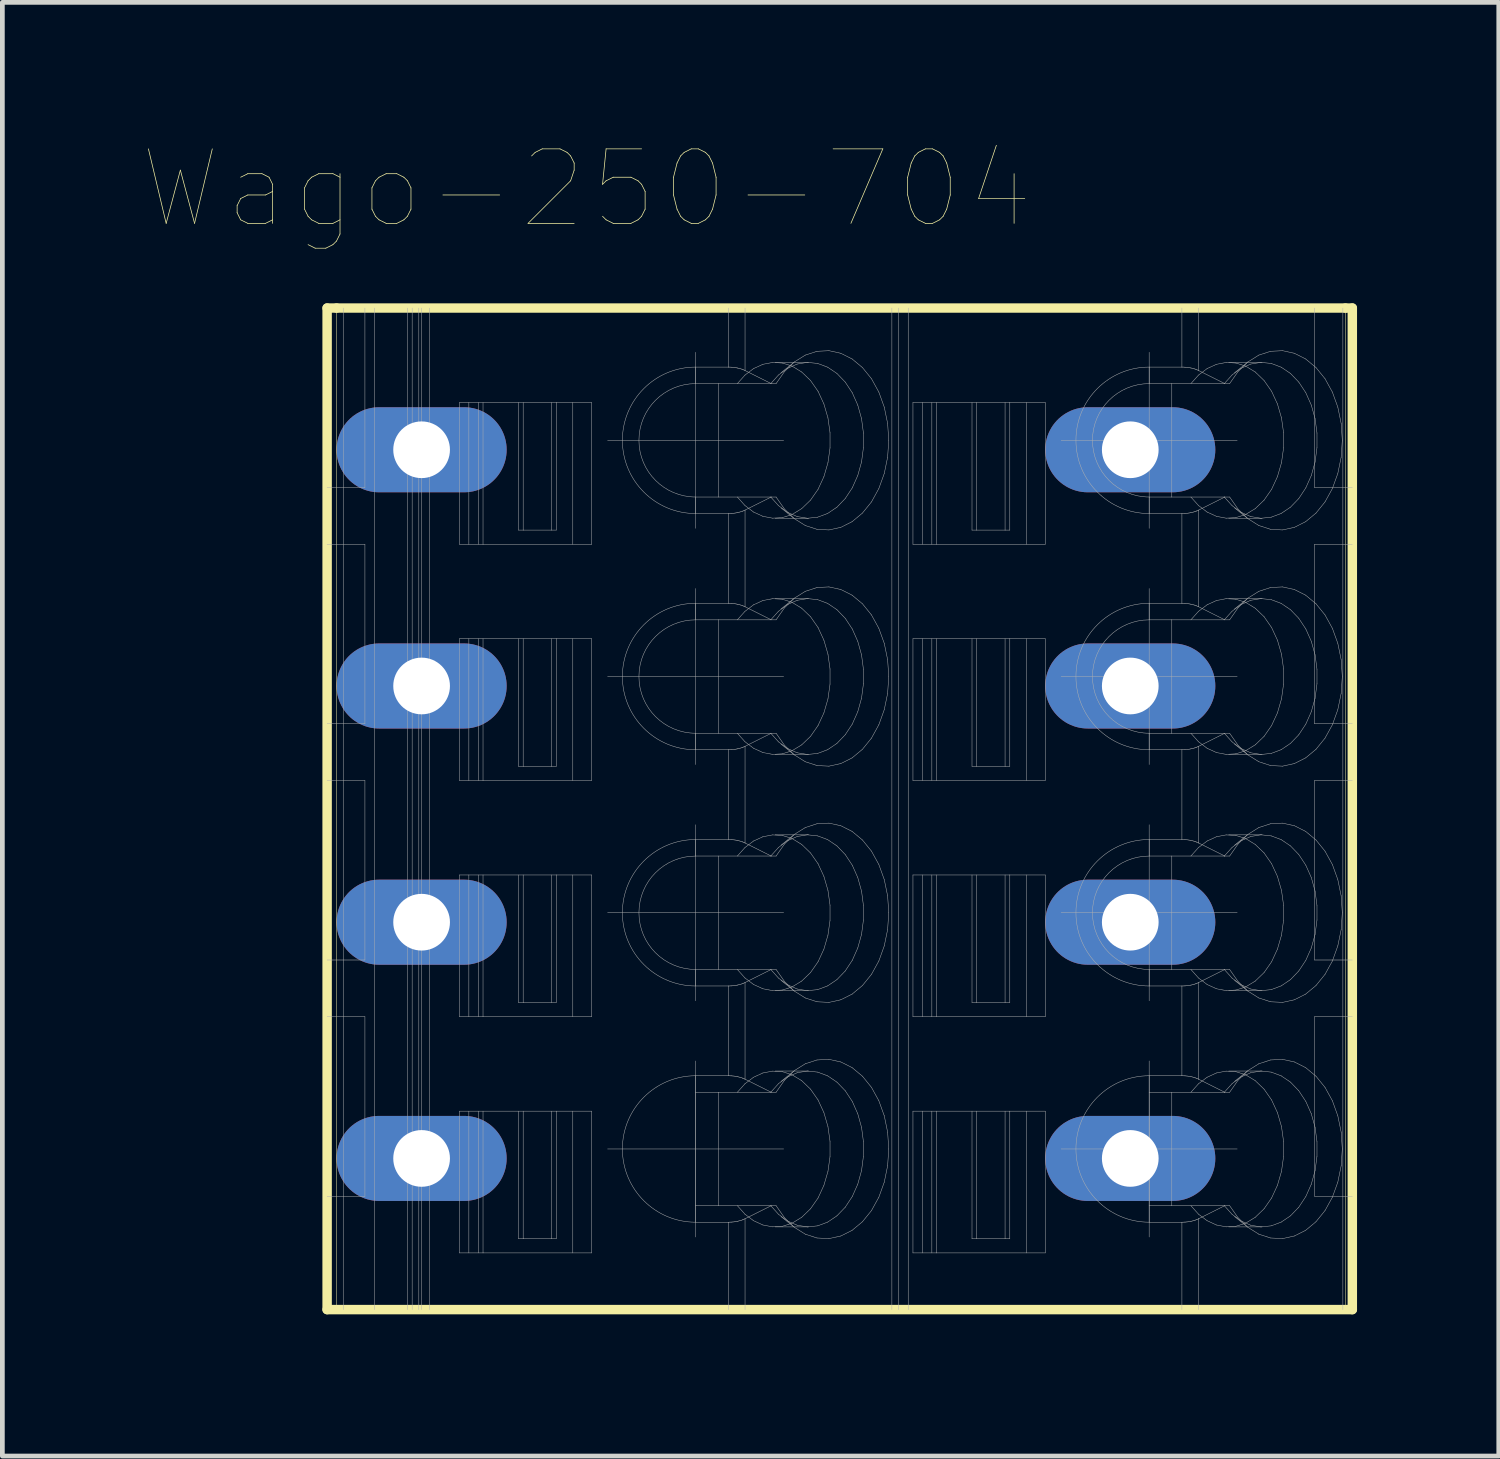
<source format=kicad_pcb>
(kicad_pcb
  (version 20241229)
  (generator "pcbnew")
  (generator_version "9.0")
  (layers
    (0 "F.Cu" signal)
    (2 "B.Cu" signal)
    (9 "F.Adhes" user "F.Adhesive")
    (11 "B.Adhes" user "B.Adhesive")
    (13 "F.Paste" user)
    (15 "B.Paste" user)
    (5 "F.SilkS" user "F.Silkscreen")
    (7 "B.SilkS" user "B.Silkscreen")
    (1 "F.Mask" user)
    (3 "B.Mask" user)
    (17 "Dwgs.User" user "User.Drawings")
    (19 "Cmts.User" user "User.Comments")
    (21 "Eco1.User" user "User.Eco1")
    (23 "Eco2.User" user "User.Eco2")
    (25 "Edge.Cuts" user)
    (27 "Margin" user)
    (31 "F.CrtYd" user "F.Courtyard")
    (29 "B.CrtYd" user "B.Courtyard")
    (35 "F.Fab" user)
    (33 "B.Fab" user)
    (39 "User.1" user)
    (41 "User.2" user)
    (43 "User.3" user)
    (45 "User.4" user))
  (footprint "Wago-250-704"
    (layer "F.Cu")
    (at 14.724 14.07)
    (property "Reference" "Wago-250-704" (at -5.358 -13.121 0) (layer "F.SilkS") (effects (font (size 1.577 1.577) (thickness 0.015))))
    (attr through_hole)
    (fp_line (start -10.85 -10.6) (end -10.85 10.6) (stroke (width 0.2) (type solid)) (layer "F.SilkS"))
    (fp_line (start -10.85 10.6) (end 10.85 10.6) (stroke (width 0.2) (type solid)) (layer "F.SilkS"))
    (fp_line (start -10.65 -10.6) (end -10.85 -10.6) (stroke (width 0.2) (type solid)) (layer "F.SilkS"))
    (fp_line (start -10.65 -10.6) (end -10.65 10.6) (stroke (width 0.01) (type solid)) (layer "F.SilkS"))
    (fp_line (start 10.704 -10.6) (end -10.65 -10.6) (stroke (width 0.2) (type solid)) (layer "F.SilkS"))
    (fp_line (start 10.704 -10.6) (end 10.704 10.6) (stroke (width 0.01) (type solid)) (layer "F.SilkS"))
    (fp_line (start 10.85 -10.6) (end 10.704 -10.6) (stroke (width 0.2) (type solid)) (layer "F.SilkS"))
    (fp_line (start 10.85 -10.6) (end 10.85 10.6) (stroke (width 0.2) (type solid)) (layer "F.SilkS"))
    (fp_line (start -10.85 -6.8) (end -10.05 -6.8) (stroke (width 0.01) (type solid)) (layer "F.Fab"))
    (fp_line (start -10.85 -5.6) (end -10.05 -5.6) (stroke (width 0.01) (type solid)) (layer "F.Fab"))
    (fp_line (start -10.85 -1.8) (end -10.05 -1.8) (stroke (width 0.01) (type solid)) (layer "F.Fab"))
    (fp_line (start -10.85 -0.6) (end -10.05 -0.6) (stroke (width 0.01) (type solid)) (layer "F.Fab"))
    (fp_line (start -10.85 4.4) (end -10.05 4.4) (stroke (width 0.01) (type solid)) (layer "F.Fab"))
    (fp_line (start -10.509 -10.6) (end -10.509 10.6) (stroke (width 0.01) (type solid)) (layer "F.Fab"))
    (fp_line (start -10.05 -10.6) (end -10.05 -6.8) (stroke (width 0.01) (type solid)) (layer "F.Fab"))
    (fp_line (start -10.05 -1.8) (end -10.05 -5.6) (stroke (width 0.01) (type solid)) (layer "F.Fab"))
    (fp_line (start -10.05 -0.6) (end -10.05 3.2) (stroke (width 0.01) (type solid)) (layer "F.Fab"))
    (fp_line (start -10.05 3.2) (end -10.85 3.2) (stroke (width 0.01) (type solid)) (layer "F.Fab"))
    (fp_line (start -10.05 4.4) (end -10.05 8.2) (stroke (width 0.01) (type solid)) (layer "F.Fab"))
    (fp_line (start -10.05 8.2) (end -10.85 8.2) (stroke (width 0.01) (type solid)) (layer "F.Fab"))
    (fp_line (start -9.85 -10.6) (end -9.85 10.6) (stroke (width 0.01) (type solid)) (layer "F.Fab"))
    (fp_line (start -9.15 -10.6) (end -9.15 10.6) (stroke (width 0.01) (type solid)) (layer "F.Fab"))
    (fp_line (start -9.1 -7.975) (end -9.1 -7.225) (stroke (width 0.01) (type solid)) (layer "F.Fab"))
    (fp_line (start -9.1 -7.225) (end -8.6 -7.225) (stroke (width 0.01) (type solid)) (layer "F.Fab"))
    (fp_line (start -9.1 -2.975) (end -9.1 -2.225) (stroke (width 0.01) (type solid)) (layer "F.Fab"))
    (fp_line (start -9.1 -2.225) (end -8.6 -2.225) (stroke (width 0.01) (type solid)) (layer "F.Fab"))
    (fp_line (start -9.1 2.025) (end -9.1 2.775) (stroke (width 0.01) (type solid)) (layer "F.Fab"))
    (fp_line (start -9.1 2.775) (end -8.6 2.775) (stroke (width 0.01) (type solid)) (layer "F.Fab"))
    (fp_line (start -9.1 7.025) (end -9.1 7.775) (stroke (width 0.01) (type solid)) (layer "F.Fab"))
    (fp_line (start -9.1 7.775) (end -8.6 7.775) (stroke (width 0.01) (type solid)) (layer "F.Fab"))
    (fp_line (start -9.05 -10.6) (end -9.05 10.6) (stroke (width 0.01) (type solid)) (layer "F.Fab"))
    (fp_line (start -8.909 -10.6) (end -8.909 10.6) (stroke (width 0.01) (type solid)) (layer "F.Fab"))
    (fp_line (start -8.85 -10.6) (end -8.85 10.6) (stroke (width 0.01) (type solid)) (layer "F.Fab"))
    (fp_line (start -8.68 -10.6) (end -8.68 10.6) (stroke (width 0.01) (type solid)) (layer "F.Fab"))
    (fp_line (start -8.6 -7.975) (end -9.1 -7.975) (stroke (width 0.01) (type solid)) (layer "F.Fab"))
    (fp_line (start -8.6 -7.225) (end -8.6 -7.975) (stroke (width 0.01) (type solid)) (layer "F.Fab"))
    (fp_line (start -8.6 -2.975) (end -9.1 -2.975) (stroke (width 0.01) (type solid)) (layer "F.Fab"))
    (fp_line (start -8.6 -2.225) (end -8.6 -2.975) (stroke (width 0.01) (type solid)) (layer "F.Fab"))
    (fp_line (start -8.6 2.025) (end -9.1 2.025) (stroke (width 0.01) (type solid)) (layer "F.Fab"))
    (fp_line (start -8.6 2.775) (end -8.6 2.025) (stroke (width 0.01) (type solid)) (layer "F.Fab"))
    (fp_line (start -8.6 7.025) (end -9.1 7.025) (stroke (width 0.01) (type solid)) (layer "F.Fab"))
    (fp_line (start -8.6 7.775) (end -8.6 7.025) (stroke (width 0.01) (type solid)) (layer "F.Fab"))
    (fp_line (start -8.05 -8.6) (end -8.05 -5.6) (stroke (width 0.01) (type solid)) (layer "F.Fab"))
    (fp_line (start -8.05 -8.6) (end -6 -8.6) (stroke (width 0.01) (type solid)) (layer "F.Fab"))
    (fp_line (start -8.05 -5.6) (end -7.55 -5.6) (stroke (width 0.01) (type solid)) (layer "F.Fab"))
    (fp_line (start -8.05 -3.6) (end -8.05 -0.6) (stroke (width 0.01) (type solid)) (layer "F.Fab"))
    (fp_line (start -8.05 -3.6) (end -6 -3.6) (stroke (width 0.01) (type solid)) (layer "F.Fab"))
    (fp_line (start -8.05 -0.6) (end -7.55 -0.6) (stroke (width 0.01) (type solid)) (layer "F.Fab"))
    (fp_line (start -8.05 1.4) (end -8.05 4.4) (stroke (width 0.01) (type solid)) (layer "F.Fab"))
    (fp_line (start -8.05 1.4) (end -6 1.4) (stroke (width 0.01) (type solid)) (layer "F.Fab"))
    (fp_line (start -8.05 4.4) (end -7.55 4.4) (stroke (width 0.01) (type solid)) (layer "F.Fab"))
    (fp_line (start -8.05 6.4) (end -8.05 9.4) (stroke (width 0.01) (type solid)) (layer "F.Fab"))
    (fp_line (start -8.05 6.4) (end -6 6.4) (stroke (width 0.01) (type solid)) (layer "F.Fab"))
    (fp_line (start -8.05 9.4) (end -7.55 9.4) (stroke (width 0.01) (type solid)) (layer "F.Fab"))
    (fp_line (start -7.85 -8.6) (end -7.85 -5.6) (stroke (width 0.01) (type solid)) (layer "F.Fab"))
    (fp_line (start -7.85 -3.6) (end -7.85 -0.6) (stroke (width 0.01) (type solid)) (layer "F.Fab"))
    (fp_line (start -7.85 1.4) (end -7.85 4.4) (stroke (width 0.01) (type solid)) (layer "F.Fab"))
    (fp_line (start -7.85 6.4) (end -7.85 9.4) (stroke (width 0.01) (type solid)) (layer "F.Fab"))
    (fp_line (start -7.65 -8.6) (end -7.65 -5.6) (stroke (width 0.01) (type solid)) (layer "F.Fab"))
    (fp_line (start -7.65 -3.6) (end -7.65 -0.6) (stroke (width 0.01) (type solid)) (layer "F.Fab"))
    (fp_line (start -7.65 1.4) (end -7.65 4.4) (stroke (width 0.01) (type solid)) (layer "F.Fab"))
    (fp_line (start -7.65 6.4) (end -7.65 9.4) (stroke (width 0.01) (type solid)) (layer "F.Fab"))
    (fp_line (start -7.55 -8.6) (end -7.55 -5.6) (stroke (width 0.01) (type solid)) (layer "F.Fab"))
    (fp_line (start -7.55 -5.6) (end -5.25 -5.6) (stroke (width 0.01) (type solid)) (layer "F.Fab"))
    (fp_line (start -7.55 -3.6) (end -7.55 -0.6) (stroke (width 0.01) (type solid)) (layer "F.Fab"))
    (fp_line (start -7.55 -0.6) (end -5.25 -0.6) (stroke (width 0.01) (type solid)) (layer "F.Fab"))
    (fp_line (start -7.55 1.4) (end -7.55 4.4) (stroke (width 0.01) (type solid)) (layer "F.Fab"))
    (fp_line (start -7.55 4.4) (end -5.25 4.4) (stroke (width 0.01) (type solid)) (layer "F.Fab"))
    (fp_line (start -7.55 6.4) (end -7.55 9.4) (stroke (width 0.01) (type solid)) (layer "F.Fab"))
    (fp_line (start -7.55 9.4) (end -5.25 9.4) (stroke (width 0.01) (type solid)) (layer "F.Fab"))
    (fp_line (start -6.8 -5.9) (end -6.8 -8.6) (stroke (width 0.01) (type solid)) (layer "F.Fab"))
    (fp_line (start -6.8 -0.9) (end -6.8 -3.6) (stroke (width 0.01) (type solid)) (layer "F.Fab"))
    (fp_line (start -6.8 4.1) (end -6.8 1.4) (stroke (width 0.01) (type solid)) (layer "F.Fab"))
    (fp_line (start -6.8 9.1) (end -6.8 6.4) (stroke (width 0.01) (type solid)) (layer "F.Fab"))
    (fp_line (start -6.7 -8.6) (end -6.7 -5.9) (stroke (width 0.01) (type solid)) (layer "F.Fab"))
    (fp_line (start -6.7 -5.9) (end -6.8 -5.9) (stroke (width 0.01) (type solid)) (layer "F.Fab"))
    (fp_line (start -6.7 -3.6) (end -6.7 -0.9) (stroke (width 0.01) (type solid)) (layer "F.Fab"))
    (fp_line (start -6.7 -0.9) (end -6.8 -0.9) (stroke (width 0.01) (type solid)) (layer "F.Fab"))
    (fp_line (start -6.7 1.4) (end -6.7 4.1) (stroke (width 0.01) (type solid)) (layer "F.Fab"))
    (fp_line (start -6.7 4.1) (end -6.8 4.1) (stroke (width 0.01) (type solid)) (layer "F.Fab"))
    (fp_line (start -6.7 6.4) (end -6.7 9.1) (stroke (width 0.01) (type solid)) (layer "F.Fab"))
    (fp_line (start -6.7 9.1) (end -6.8 9.1) (stroke (width 0.01) (type solid)) (layer "F.Fab"))
    (fp_line (start -6.1 -8.6) (end -6.1 -5.9) (stroke (width 0.01) (type solid)) (layer "F.Fab"))
    (fp_line (start -6.1 -5.9) (end -6.7 -5.9) (stroke (width 0.01) (type solid)) (layer "F.Fab"))
    (fp_line (start -6.1 -3.6) (end -6.1 -0.9) (stroke (width 0.01) (type solid)) (layer "F.Fab"))
    (fp_line (start -6.1 -0.9) (end -6.7 -0.9) (stroke (width 0.01) (type solid)) (layer "F.Fab"))
    (fp_line (start -6.1 1.4) (end -6.1 4.1) (stroke (width 0.01) (type solid)) (layer "F.Fab"))
    (fp_line (start -6.1 4.1) (end -6.7 4.1) (stroke (width 0.01) (type solid)) (layer "F.Fab"))
    (fp_line (start -6.1 6.4) (end -6.1 9.1) (stroke (width 0.01) (type solid)) (layer "F.Fab"))
    (fp_line (start -6.1 9.1) (end -6.7 9.1) (stroke (width 0.01) (type solid)) (layer "F.Fab"))
    (fp_line (start -6 -8.6) (end -6 -5.9) (stroke (width 0.01) (type solid)) (layer "F.Fab"))
    (fp_line (start -6 -8.6) (end -5.25 -8.6) (stroke (width 0.01) (type solid)) (layer "F.Fab"))
    (fp_line (start -6 -5.9) (end -6.1 -5.9) (stroke (width 0.01) (type solid)) (layer "F.Fab"))
    (fp_line (start -6 -3.6) (end -6 -0.9) (stroke (width 0.01) (type solid)) (layer "F.Fab"))
    (fp_line (start -6 -3.6) (end -5.25 -3.6) (stroke (width 0.01) (type solid)) (layer "F.Fab"))
    (fp_line (start -6 -0.9) (end -6.1 -0.9) (stroke (width 0.01) (type solid)) (layer "F.Fab"))
    (fp_line (start -6 1.4) (end -6 4.1) (stroke (width 0.01) (type solid)) (layer "F.Fab"))
    (fp_line (start -6 1.4) (end -5.25 1.4) (stroke (width 0.01) (type solid)) (layer "F.Fab"))
    (fp_line (start -6 4.1) (end -6.1 4.1) (stroke (width 0.01) (type solid)) (layer "F.Fab"))
    (fp_line (start -6 6.4) (end -6 9.1) (stroke (width 0.01) (type solid)) (layer "F.Fab"))
    (fp_line (start -6 6.4) (end -5.25 6.4) (stroke (width 0.01) (type solid)) (layer "F.Fab"))
    (fp_line (start -6 9.1) (end -6.1 9.1) (stroke (width 0.01) (type solid)) (layer "F.Fab"))
    (fp_line (start -5.65 -8.6) (end -5.65 -5.6) (stroke (width 0.01) (type solid)) (layer "F.Fab"))
    (fp_line (start -5.65 -3.6) (end -5.65 -0.6) (stroke (width 0.01) (type solid)) (layer "F.Fab"))
    (fp_line (start -5.65 1.4) (end -5.65 4.4) (stroke (width 0.01) (type solid)) (layer "F.Fab"))
    (fp_line (start -5.65 6.4) (end -5.65 9.4) (stroke (width 0.01) (type solid)) (layer "F.Fab"))
    (fp_line (start -5.25 -8.6) (end -5.25 -5.6) (stroke (width 0.01) (type solid)) (layer "F.Fab"))
    (fp_line (start -5.25 -3.6) (end -5.25 -0.6) (stroke (width 0.01) (type solid)) (layer "F.Fab"))
    (fp_line (start -5.25 1.4) (end -5.25 4.4) (stroke (width 0.01) (type solid)) (layer "F.Fab"))
    (fp_line (start -5.25 6.4) (end -5.25 9.4) (stroke (width 0.01) (type solid)) (layer "F.Fab"))
    (fp_line (start -4.913 -7.8) (end -1.187 -7.8) (stroke (width 0.01) (type solid)) (layer "F.Fab"))
    (fp_line (start -4.913 -2.8) (end -1.187 -2.8) (stroke (width 0.01) (type solid)) (layer "F.Fab"))
    (fp_line (start -4.913 2.2) (end -1.187 2.2) (stroke (width 0.01) (type solid)) (layer "F.Fab"))
    (fp_line (start -4.913 7.2) (end -1.187 7.2) (stroke (width 0.01) (type solid)) (layer "F.Fab"))
    (fp_line (start -3.05 -9.35) (end -3.05 -9) (stroke (width 0.01) (type solid)) (layer "F.Fab"))
    (fp_line (start -3.05 -9.35) (end -2.357 -9.35) (stroke (width 0.01) (type solid)) (layer "F.Fab"))
    (fp_line (start -3.05 -9) (end -2.571 -9) (stroke (width 0.01) (type solid)) (layer "F.Fab"))
    (fp_line (start -3.05 -6.6) (end -2.571 -6.6) (stroke (width 0.01) (type solid)) (layer "F.Fab"))
    (fp_line (start -3.05 -6.25) (end -3.05 -6.6) (stroke (width 0.01) (type solid)) (layer "F.Fab"))
    (fp_line (start -3.05 -5.937) (end -3.05 -9.663) (stroke (width 0.01) (type solid)) (layer "F.Fab"))
    (fp_line (start -3.05 -4.35) (end -3.05 -4) (stroke (width 0.01) (type solid)) (layer "F.Fab"))
    (fp_line (start -3.05 -4.35) (end -2.357 -4.35) (stroke (width 0.01) (type solid)) (layer "F.Fab"))
    (fp_line (start -3.05 -4) (end -2.571 -4) (stroke (width 0.01) (type solid)) (layer "F.Fab"))
    (fp_line (start -3.05 -1.6) (end -2.571 -1.6) (stroke (width 0.01) (type solid)) (layer "F.Fab"))
    (fp_line (start -3.05 -1.25) (end -3.05 -1.6) (stroke (width 0.01) (type solid)) (layer "F.Fab"))
    (fp_line (start -3.05 -0.937) (end -3.05 -4.663) (stroke (width 0.01) (type solid)) (layer "F.Fab"))
    (fp_line (start -3.05 0.65) (end -3.05 1) (stroke (width 0.01) (type solid)) (layer "F.Fab"))
    (fp_line (start -3.05 0.65) (end -2.357 0.65) (stroke (width 0.01) (type solid)) (layer "F.Fab"))
    (fp_line (start -3.05 1) (end -2.571 1) (stroke (width 0.01) (type solid)) (layer "F.Fab"))
    (fp_line (start -3.05 3.4) (end -2.571 3.4) (stroke (width 0.01) (type solid)) (layer "F.Fab"))
    (fp_line (start -3.05 3.75) (end -3.05 3.4) (stroke (width 0.01) (type solid)) (layer "F.Fab"))
    (fp_line (start -3.05 4.063) (end -3.05 0.337) (stroke (width 0.01) (type solid)) (layer "F.Fab"))
    (fp_line (start -3.05 5.65) (end -3.05 6) (stroke (width 0.01) (type solid)) (layer "F.Fab"))
    (fp_line (start -3.05 5.65) (end -2.357 5.65) (stroke (width 0.01) (type solid)) (layer "F.Fab"))
    (fp_line (start -3.05 6) (end -3.05 8.4) (stroke (width 0.01) (type solid)) (layer "F.Fab"))
    (fp_line (start -3.05 6) (end -2.571 6) (stroke (width 0.01) (type solid)) (layer "F.Fab"))
    (fp_line (start -3.05 8.4) (end -3.05 8.75) (stroke (width 0.01) (type solid)) (layer "F.Fab"))
    (fp_line (start -3.05 8.4) (end -2.571 8.4) (stroke (width 0.01) (type solid)) (layer "F.Fab"))
    (fp_line (start -3.05 9.063) (end -3.05 5.337) (stroke (width 0.01) (type solid)) (layer "F.Fab"))
    (fp_line (start -2.571 -9) (end -1.46 -9) (stroke (width 0.01) (type solid)) (layer "F.Fab"))
    (fp_line (start -2.571 -6.6) (end -2.571 -9) (stroke (width 0.01) (type solid)) (layer "F.Fab"))
    (fp_line (start -2.571 -6.6) (end -1.46 -6.6) (stroke (width 0.01) (type solid)) (layer "F.Fab"))
    (fp_line (start -2.571 -4) (end -1.46 -4) (stroke (width 0.01) (type solid)) (layer "F.Fab"))
    (fp_line (start -2.571 -1.6) (end -2.571 -4) (stroke (width 0.01) (type solid)) (layer "F.Fab"))
    (fp_line (start -2.571 1) (end -1.46 1) (stroke (width 0.01) (type solid)) (layer "F.Fab"))
    (fp_line (start -2.571 3.4) (end -2.571 1) (stroke (width 0.01) (type solid)) (layer "F.Fab"))
    (fp_line (start -2.571 3.4) (end -1.46 3.4) (stroke (width 0.01) (type solid)) (layer "F.Fab"))
    (fp_line (start -2.571 6) (end -1.46 6) (stroke (width 0.01) (type solid)) (layer "F.Fab"))
    (fp_line (start -2.571 8.4) (end -2.571 6) (stroke (width 0.01) (type solid)) (layer "F.Fab"))
    (fp_line (start -2.571 8.4) (end -1.46 8.4) (stroke (width 0.01) (type solid)) (layer "F.Fab"))
    (fp_line (start -2.357 -10.6) (end -2.357 -9.35) (stroke (width 0.01) (type solid)) (layer "F.Fab"))
    (fp_line (start -2.357 -6.25) (end -3.05 -6.25) (stroke (width 0.01) (type solid)) (layer "F.Fab"))
    (fp_line (start -2.357 -6.25) (end -2.357 -4.35) (stroke (width 0.01) (type solid)) (layer "F.Fab"))
    (fp_line (start -2.357 -6.25) (end -2.346 -6.25) (stroke (width 0.01) (type solid)) (layer "F.Fab"))
    (fp_line (start -2.357 -1.25) (end -3.05 -1.25) (stroke (width 0.01) (type solid)) (layer "F.Fab"))
    (fp_line (start -2.357 -1.25) (end -2.357 0.65) (stroke (width 0.01) (type solid)) (layer "F.Fab"))
    (fp_line (start -2.357 -1.25) (end -2.346 -1.25) (stroke (width 0.01) (type solid)) (layer "F.Fab"))
    (fp_line (start -2.357 3.75) (end -3.05 3.75) (stroke (width 0.01) (type solid)) (layer "F.Fab"))
    (fp_line (start -2.357 3.75) (end -2.357 5.65) (stroke (width 0.01) (type solid)) (layer "F.Fab"))
    (fp_line (start -2.357 3.75) (end -2.346 3.75) (stroke (width 0.01) (type solid)) (layer "F.Fab"))
    (fp_line (start -2.357 8.75) (end -3.05 8.75) (stroke (width 0.01) (type solid)) (layer "F.Fab"))
    (fp_line (start -2.357 8.75) (end -2.357 10.6) (stroke (width 0.01) (type solid)) (layer "F.Fab"))
    (fp_line (start -2.357 8.75) (end -2.346 8.75) (stroke (width 0.01) (type solid)) (layer "F.Fab"))
    (fp_line (start -2.346 -9.35) (end -2.357 -9.35) (stroke (width 0.01) (type solid)) (layer "F.Fab"))
    (fp_line (start -2.346 -6.25) (end -2.324 -6.25) (stroke (width 0.01) (type solid)) (layer "F.Fab"))
    (fp_line (start -2.346 -4.35) (end -2.357 -4.35) (stroke (width 0.01) (type solid)) (layer "F.Fab"))
    (fp_line (start -2.346 -1.25) (end -2.324 -1.25) (stroke (width 0.01) (type solid)) (layer "F.Fab"))
    (fp_line (start -2.346 0.65) (end -2.357 0.65) (stroke (width 0.01) (type solid)) (layer "F.Fab"))
    (fp_line (start -2.346 3.75) (end -2.324 3.749) (stroke (width 0.01) (type solid)) (layer "F.Fab"))
    (fp_line (start -2.346 5.65) (end -2.357 5.65) (stroke (width 0.01) (type solid)) (layer "F.Fab"))
    (fp_line (start -2.346 8.75) (end -2.324 8.749) (stroke (width 0.01) (type solid)) (layer "F.Fab"))
    (fp_line (start -2.324 -9.35) (end -2.346 -9.35) (stroke (width 0.01) (type solid)) (layer "F.Fab"))
    (fp_line (start -2.324 -6.25) (end -2.303 -6.252) (stroke (width 0.01) (type solid)) (layer "F.Fab"))
    (fp_line (start -2.324 -4.349) (end -2.346 -4.35) (stroke (width 0.01) (type solid)) (layer "F.Fab"))
    (fp_line (start -2.324 -1.25) (end -2.303 -1.252) (stroke (width 0.01) (type solid)) (layer "F.Fab"))
    (fp_line (start -2.324 0.65) (end -2.346 0.65) (stroke (width 0.01) (type solid)) (layer "F.Fab"))
    (fp_line (start -2.324 3.749) (end -2.303 3.748) (stroke (width 0.01) (type solid)) (layer "F.Fab"))
    (fp_line (start -2.324 5.651) (end -2.346 5.65) (stroke (width 0.01) (type solid)) (layer "F.Fab"))
    (fp_line (start -2.324 8.749) (end -2.303 8.748) (stroke (width 0.01) (type solid)) (layer "F.Fab"))
    (fp_line (start -2.303 -9.348) (end -2.324 -9.35) (stroke (width 0.01) (type solid)) (layer "F.Fab"))
    (fp_line (start -2.303 -6.252) (end -2.292 -6.252) (stroke (width 0.01) (type solid)) (layer "F.Fab"))
    (fp_line (start -2.303 -4.348) (end -2.324 -4.349) (stroke (width 0.01) (type solid)) (layer "F.Fab"))
    (fp_line (start -2.303 -1.252) (end -2.292 -1.252) (stroke (width 0.01) (type solid)) (layer "F.Fab"))
    (fp_line (start -2.303 0.651) (end -2.324 0.65) (stroke (width 0.01) (type solid)) (layer "F.Fab"))
    (fp_line (start -2.303 3.748) (end -2.292 3.748) (stroke (width 0.01) (type solid)) (layer "F.Fab"))
    (fp_line (start -2.303 5.652) (end -2.324 5.651) (stroke (width 0.01) (type solid)) (layer "F.Fab"))
    (fp_line (start -2.303 8.748) (end -2.292 8.748) (stroke (width 0.01) (type solid)) (layer "F.Fab"))
    (fp_line (start -2.292 -9.348) (end -2.303 -9.348) (stroke (width 0.01) (type solid)) (layer "F.Fab"))
    (fp_line (start -2.292 -6.252) (end -2.281 -6.253) (stroke (width 0.01) (type solid)) (layer "F.Fab"))
    (fp_line (start -2.292 -4.348) (end -2.303 -4.348) (stroke (width 0.01) (type solid)) (layer "F.Fab"))
    (fp_line (start -2.292 -1.252) (end -2.281 -1.253) (stroke (width 0.01) (type solid)) (layer "F.Fab"))
    (fp_line (start -2.292 0.652) (end -2.303 0.651) (stroke (width 0.01) (type solid)) (layer "F.Fab"))
    (fp_line (start -2.292 3.748) (end -2.281 3.747) (stroke (width 0.01) (type solid)) (layer "F.Fab"))
    (fp_line (start -2.292 5.652) (end -2.303 5.652) (stroke (width 0.01) (type solid)) (layer "F.Fab"))
    (fp_line (start -2.292 8.748) (end -2.281 8.747) (stroke (width 0.01) (type solid)) (layer "F.Fab"))
    (fp_line (start -2.281 -9.347) (end -2.292 -9.348) (stroke (width 0.01) (type solid)) (layer "F.Fab"))
    (fp_line (start -2.281 -6.253) (end -2.26 -6.255) (stroke (width 0.01) (type solid)) (layer "F.Fab"))
    (fp_line (start -2.281 -4.347) (end -2.292 -4.348) (stroke (width 0.01) (type solid)) (layer "F.Fab"))
    (fp_line (start -2.281 -1.253) (end -2.26 -1.255) (stroke (width 0.01) (type solid)) (layer "F.Fab"))
    (fp_line (start -2.281 0.653) (end -2.292 0.652) (stroke (width 0.01) (type solid)) (layer "F.Fab"))
    (fp_line (start -2.281 3.747) (end -2.26 3.745) (stroke (width 0.01) (type solid)) (layer "F.Fab"))
    (fp_line (start -2.281 5.653) (end -2.292 5.652) (stroke (width 0.01) (type solid)) (layer "F.Fab"))
    (fp_line (start -2.281 8.747) (end -2.26 8.745) (stroke (width 0.01) (type solid)) (layer "F.Fab"))
    (fp_line (start -2.26 -9.345) (end -2.281 -9.347) (stroke (width 0.01) (type solid)) (layer "F.Fab"))
    (fp_line (start -2.26 -6.255) (end -2.238 -6.257) (stroke (width 0.01) (type solid)) (layer "F.Fab"))
    (fp_line (start -2.26 -4.345) (end -2.281 -4.347) (stroke (width 0.01) (type solid)) (layer "F.Fab"))
    (fp_line (start -2.26 -1.255) (end -2.238 -1.257) (stroke (width 0.01) (type solid)) (layer "F.Fab"))
    (fp_line (start -2.26 0.655) (end -2.281 0.653) (stroke (width 0.01) (type solid)) (layer "F.Fab"))
    (fp_line (start -2.26 3.745) (end -2.238 3.743) (stroke (width 0.01) (type solid)) (layer "F.Fab"))
    (fp_line (start -2.26 5.655) (end -2.281 5.653) (stroke (width 0.01) (type solid)) (layer "F.Fab"))
    (fp_line (start -2.26 8.745) (end -2.238 8.743) (stroke (width 0.01) (type solid)) (layer "F.Fab"))
    (fp_line (start -2.238 -9.343) (end -2.26 -9.345) (stroke (width 0.01) (type solid)) (layer "F.Fab"))
    (fp_line (start -2.238 -6.257) (end -2.217 -6.26) (stroke (width 0.01) (type solid)) (layer "F.Fab"))
    (fp_line (start -2.238 -4.343) (end -2.26 -4.345) (stroke (width 0.01) (type solid)) (layer "F.Fab"))
    (fp_line (start -2.238 -1.257) (end -2.217 -1.26) (stroke (width 0.01) (type solid)) (layer "F.Fab"))
    (fp_line (start -2.238 0.657) (end -2.26 0.655) (stroke (width 0.01) (type solid)) (layer "F.Fab"))
    (fp_line (start -2.238 3.743) (end -2.217 3.74) (stroke (width 0.01) (type solid)) (layer "F.Fab"))
    (fp_line (start -2.238 5.657) (end -2.26 5.655) (stroke (width 0.01) (type solid)) (layer "F.Fab"))
    (fp_line (start -2.238 8.743) (end -2.217 8.74) (stroke (width 0.01) (type solid)) (layer "F.Fab"))
    (fp_line (start -2.217 -9.34) (end -2.238 -9.343) (stroke (width 0.01) (type solid)) (layer "F.Fab"))
    (fp_line (start -2.217 -6.26) (end -2.196 -6.263) (stroke (width 0.01) (type solid)) (layer "F.Fab"))
    (fp_line (start -2.217 -4.34) (end -2.238 -4.343) (stroke (width 0.01) (type solid)) (layer "F.Fab"))
    (fp_line (start -2.217 -1.26) (end -2.196 -1.263) (stroke (width 0.01) (type solid)) (layer "F.Fab"))
    (fp_line (start -2.217 0.66) (end -2.238 0.657) (stroke (width 0.01) (type solid)) (layer "F.Fab"))
    (fp_line (start -2.217 3.74) (end -2.196 3.737) (stroke (width 0.01) (type solid)) (layer "F.Fab"))
    (fp_line (start -2.217 5.66) (end -2.238 5.657) (stroke (width 0.01) (type solid)) (layer "F.Fab"))
    (fp_line (start -2.217 8.74) (end -2.196 8.737) (stroke (width 0.01) (type solid)) (layer "F.Fab"))
    (fp_line (start -2.196 -9.337) (end -2.217 -9.34) (stroke (width 0.01) (type solid)) (layer "F.Fab"))
    (fp_line (start -2.196 -6.263) (end -2.176 -6.267) (stroke (width 0.01) (type solid)) (layer "F.Fab"))
    (fp_line (start -2.196 -4.337) (end -2.217 -4.34) (stroke (width 0.01) (type solid)) (layer "F.Fab"))
    (fp_line (start -2.196 -1.263) (end -2.176 -1.267) (stroke (width 0.01) (type solid)) (layer "F.Fab"))
    (fp_line (start -2.196 0.663) (end -2.217 0.66) (stroke (width 0.01) (type solid)) (layer "F.Fab"))
    (fp_line (start -2.196 3.737) (end -2.176 3.733) (stroke (width 0.01) (type solid)) (layer "F.Fab"))
    (fp_line (start -2.196 5.663) (end -2.217 5.66) (stroke (width 0.01) (type solid)) (layer "F.Fab"))
    (fp_line (start -2.196 8.737) (end -2.176 8.733) (stroke (width 0.01) (type solid)) (layer "F.Fab"))
    (fp_line (start -2.176 -9.333) (end -2.196 -9.337) (stroke (width 0.01) (type solid)) (layer "F.Fab"))
    (fp_line (start -2.176 -6.267) (end -2.166 -6.269) (stroke (width 0.01) (type solid)) (layer "F.Fab"))
    (fp_line (start -2.176 -4.333) (end -2.196 -4.337) (stroke (width 0.01) (type solid)) (layer "F.Fab"))
    (fp_line (start -2.176 -1.267) (end -2.166 -1.269) (stroke (width 0.01) (type solid)) (layer "F.Fab"))
    (fp_line (start -2.176 0.667) (end -2.196 0.663) (stroke (width 0.01) (type solid)) (layer "F.Fab"))
    (fp_line (start -2.176 3.733) (end -2.166 3.731) (stroke (width 0.01) (type solid)) (layer "F.Fab"))
    (fp_line (start -2.176 5.667) (end -2.196 5.663) (stroke (width 0.01) (type solid)) (layer "F.Fab"))
    (fp_line (start -2.176 8.733) (end -2.166 8.731) (stroke (width 0.01) (type solid)) (layer "F.Fab"))
    (fp_line (start -2.167 -9) (end -2.005 -9.181) (stroke (width 0.01) (type solid)) (layer "F.Fab"))
    (fp_line (start -2.167 -4) (end -2.005 -4.181) (stroke (width 0.01) (type solid)) (layer "F.Fab"))
    (fp_line (start -2.167 1) (end -2.005 0.819) (stroke (width 0.01) (type solid)) (layer "F.Fab"))
    (fp_line (start -2.167 6) (end -2.005 5.819) (stroke (width 0.01) (type solid)) (layer "F.Fab"))
    (fp_line (start -2.166 -9.331) (end -2.176 -9.333) (stroke (width 0.01) (type solid)) (layer "F.Fab"))
    (fp_line (start -2.166 -6.269) (end -2.156 -6.271) (stroke (width 0.01) (type solid)) (layer "F.Fab"))
    (fp_line (start -2.166 -4.331) (end -2.176 -4.333) (stroke (width 0.01) (type solid)) (layer "F.Fab"))
    (fp_line (start -2.166 -1.269) (end -2.156 -1.271) (stroke (width 0.01) (type solid)) (layer "F.Fab"))
    (fp_line (start -2.166 0.669) (end -2.176 0.667) (stroke (width 0.01) (type solid)) (layer "F.Fab"))
    (fp_line (start -2.166 3.731) (end -2.156 3.729) (stroke (width 0.01) (type solid)) (layer "F.Fab"))
    (fp_line (start -2.166 5.669) (end -2.176 5.667) (stroke (width 0.01) (type solid)) (layer "F.Fab"))
    (fp_line (start -2.166 8.731) (end -2.156 8.729) (stroke (width 0.01) (type solid)) (layer "F.Fab"))
    (fp_line (start -2.156 -9.329) (end -2.166 -9.331) (stroke (width 0.01) (type solid)) (layer "F.Fab"))
    (fp_line (start -2.156 -6.271) (end -2.136 -6.276) (stroke (width 0.01) (type solid)) (layer "F.Fab"))
    (fp_line (start -2.156 -4.329) (end -2.166 -4.331) (stroke (width 0.01) (type solid)) (layer "F.Fab"))
    (fp_line (start -2.156 -1.271) (end -2.136 -1.276) (stroke (width 0.01) (type solid)) (layer "F.Fab"))
    (fp_line (start -2.156 0.671) (end -2.166 0.669) (stroke (width 0.01) (type solid)) (layer "F.Fab"))
    (fp_line (start -2.156 3.729) (end -2.136 3.724) (stroke (width 0.01) (type solid)) (layer "F.Fab"))
    (fp_line (start -2.156 5.671) (end -2.166 5.669) (stroke (width 0.01) (type solid)) (layer "F.Fab"))
    (fp_line (start -2.156 8.729) (end -2.136 8.724) (stroke (width 0.01) (type solid)) (layer "F.Fab"))
    (fp_line (start -2.136 -9.324) (end -2.156 -9.329) (stroke (width 0.01) (type solid)) (layer "F.Fab"))
    (fp_line (start -2.136 -6.276) (end -2.117 -6.281) (stroke (width 0.01) (type solid)) (layer "F.Fab"))
    (fp_line (start -2.136 -4.324) (end -2.156 -4.329) (stroke (width 0.01) (type solid)) (layer "F.Fab"))
    (fp_line (start -2.136 -1.276) (end -2.117 -1.281) (stroke (width 0.01) (type solid)) (layer "F.Fab"))
    (fp_line (start -2.136 0.676) (end -2.156 0.671) (stroke (width 0.01) (type solid)) (layer "F.Fab"))
    (fp_line (start -2.136 3.724) (end -2.117 3.719) (stroke (width 0.01) (type solid)) (layer "F.Fab"))
    (fp_line (start -2.136 5.676) (end -2.156 5.671) (stroke (width 0.01) (type solid)) (layer "F.Fab"))
    (fp_line (start -2.136 8.724) (end -2.117 8.719) (stroke (width 0.01) (type solid)) (layer "F.Fab"))
    (fp_line (start -2.117 -9.319) (end -2.136 -9.324) (stroke (width 0.01) (type solid)) (layer "F.Fab"))
    (fp_line (start -2.117 -6.281) (end -2.098 -6.286) (stroke (width 0.01) (type solid)) (layer "F.Fab"))
    (fp_line (start -2.117 -4.319) (end -2.136 -4.324) (stroke (width 0.01) (type solid)) (layer "F.Fab"))
    (fp_line (start -2.117 -1.281) (end -2.098 -1.286) (stroke (width 0.01) (type solid)) (layer "F.Fab"))
    (fp_line (start -2.117 0.681) (end -2.136 0.676) (stroke (width 0.01) (type solid)) (layer "F.Fab"))
    (fp_line (start -2.117 3.719) (end -2.098 3.714) (stroke (width 0.01) (type solid)) (layer "F.Fab"))
    (fp_line (start -2.117 5.681) (end -2.136 5.676) (stroke (width 0.01) (type solid)) (layer "F.Fab"))
    (fp_line (start -2.117 8.719) (end -2.098 8.714) (stroke (width 0.01) (type solid)) (layer "F.Fab"))
    (fp_line (start -2.098 -9.314) (end -2.117 -9.319) (stroke (width 0.01) (type solid)) (layer "F.Fab"))
    (fp_line (start -2.098 -6.286) (end -2.079 -6.292) (stroke (width 0.01) (type solid)) (layer "F.Fab"))
    (fp_line (start -2.098 -4.314) (end -2.117 -4.319) (stroke (width 0.01) (type solid)) (layer "F.Fab"))
    (fp_line (start -2.098 -1.286) (end -2.079 -1.292) (stroke (width 0.01) (type solid)) (layer "F.Fab"))
    (fp_line (start -2.098 0.686) (end -2.117 0.681) (stroke (width 0.01) (type solid)) (layer "F.Fab"))
    (fp_line (start -2.098 3.714) (end -2.079 3.708) (stroke (width 0.01) (type solid)) (layer "F.Fab"))
    (fp_line (start -2.098 5.686) (end -2.117 5.681) (stroke (width 0.01) (type solid)) (layer "F.Fab"))
    (fp_line (start -2.098 8.714) (end -2.079 8.708) (stroke (width 0.01) (type solid)) (layer "F.Fab"))
    (fp_line (start -2.079 -9.308) (end -2.098 -9.314) (stroke (width 0.01) (type solid)) (layer "F.Fab"))
    (fp_line (start -2.079 -6.292) (end -2.062 -6.298) (stroke (width 0.01) (type solid)) (layer "F.Fab"))
    (fp_line (start -2.079 -4.308) (end -2.098 -4.314) (stroke (width 0.01) (type solid)) (layer "F.Fab"))
    (fp_line (start -2.079 -1.292) (end -2.062 -1.298) (stroke (width 0.01) (type solid)) (layer "F.Fab"))
    (fp_line (start -2.079 0.692) (end -2.098 0.686) (stroke (width 0.01) (type solid)) (layer "F.Fab"))
    (fp_line (start -2.079 3.708) (end -2.062 3.702) (stroke (width 0.01) (type solid)) (layer "F.Fab"))
    (fp_line (start -2.079 5.692) (end -2.098 5.686) (stroke (width 0.01) (type solid)) (layer "F.Fab"))
    (fp_line (start -2.079 8.708) (end -2.062 8.702) (stroke (width 0.01) (type solid)) (layer "F.Fab"))
    (fp_line (start -2.062 -9.302) (end -2.079 -9.308) (stroke (width 0.01) (type solid)) (layer "F.Fab"))
    (fp_line (start -2.062 -6.298) (end -2.053 -6.302) (stroke (width 0.01) (type solid)) (layer "F.Fab"))
    (fp_line (start -2.062 -4.302) (end -2.079 -4.308) (stroke (width 0.01) (type solid)) (layer "F.Fab"))
    (fp_line (start -2.062 -1.298) (end -2.053 -1.302) (stroke (width 0.01) (type solid)) (layer "F.Fab"))
    (fp_line (start -2.062 0.698) (end -2.079 0.692) (stroke (width 0.01) (type solid)) (layer "F.Fab"))
    (fp_line (start -2.062 3.702) (end -2.053 3.698) (stroke (width 0.01) (type solid)) (layer "F.Fab"))
    (fp_line (start -2.062 5.698) (end -2.079 5.692) (stroke (width 0.01) (type solid)) (layer "F.Fab"))
    (fp_line (start -2.062 8.702) (end -2.053 8.698) (stroke (width 0.01) (type solid)) (layer "F.Fab"))
    (fp_line (start -2.053 -9.298) (end -2.062 -9.302) (stroke (width 0.01) (type solid)) (layer "F.Fab"))
    (fp_line (start -2.053 -6.302) (end -2.044 -6.305) (stroke (width 0.01) (type solid)) (layer "F.Fab"))
    (fp_line (start -2.053 -4.298) (end -2.062 -4.302) (stroke (width 0.01) (type solid)) (layer "F.Fab"))
    (fp_line (start -2.053 -1.302) (end -2.044 -1.305) (stroke (width 0.01) (type solid)) (layer "F.Fab"))
    (fp_line (start -2.053 0.702) (end -2.062 0.698) (stroke (width 0.01) (type solid)) (layer "F.Fab"))
    (fp_line (start -2.053 3.698) (end -2.044 3.695) (stroke (width 0.01) (type solid)) (layer "F.Fab"))
    (fp_line (start -2.053 5.702) (end -2.062 5.698) (stroke (width 0.01) (type solid)) (layer "F.Fab"))
    (fp_line (start -2.053 8.698) (end -2.044 8.695) (stroke (width 0.01) (type solid)) (layer "F.Fab"))
    (fp_line (start -2.044 -9.295) (end -2.053 -9.298) (stroke (width 0.01) (type solid)) (layer "F.Fab"))
    (fp_line (start -2.044 -6.305) (end -2.027 -6.312) (stroke (width 0.01) (type solid)) (layer "F.Fab"))
    (fp_line (start -2.044 -4.295) (end -2.053 -4.298) (stroke (width 0.01) (type solid)) (layer "F.Fab"))
    (fp_line (start -2.044 -1.305) (end -2.027 -1.312) (stroke (width 0.01) (type solid)) (layer "F.Fab"))
    (fp_line (start -2.044 0.705) (end -2.053 0.702) (stroke (width 0.01) (type solid)) (layer "F.Fab"))
    (fp_line (start -2.044 3.695) (end -2.027 3.688) (stroke (width 0.01) (type solid)) (layer "F.Fab"))
    (fp_line (start -2.044 5.705) (end -2.053 5.702) (stroke (width 0.01) (type solid)) (layer "F.Fab"))
    (fp_line (start -2.044 8.695) (end -2.027 8.688) (stroke (width 0.01) (type solid)) (layer "F.Fab"))
    (fp_line (start -2.027 -9.288) (end -2.044 -9.295) (stroke (width 0.01) (type solid)) (layer "F.Fab"))
    (fp_line (start -2.027 -6.312) (end -2.011 -6.319) (stroke (width 0.01) (type solid)) (layer "F.Fab"))
    (fp_line (start -2.027 -4.288) (end -2.044 -4.295) (stroke (width 0.01) (type solid)) (layer "F.Fab"))
    (fp_line (start -2.027 -1.312) (end -2.011 -1.319) (stroke (width 0.01) (type solid)) (layer "F.Fab"))
    (fp_line (start -2.027 0.712) (end -2.044 0.705) (stroke (width 0.01) (type solid)) (layer "F.Fab"))
    (fp_line (start -2.027 3.688) (end -2.011 3.681) (stroke (width 0.01) (type solid)) (layer "F.Fab"))
    (fp_line (start -2.027 5.712) (end -2.044 5.705) (stroke (width 0.01) (type solid)) (layer "F.Fab"))
    (fp_line (start -2.027 8.688) (end -2.011 8.681) (stroke (width 0.01) (type solid)) (layer "F.Fab"))
    (fp_line (start -2.011 -9.281) (end -2.027 -9.288) (stroke (width 0.01) (type solid)) (layer "F.Fab"))
    (fp_line (start -2.011 -6.319) (end -2.004 -6.323) (stroke (width 0.01) (type solid)) (layer "F.Fab"))
    (fp_line (start -2.011 -4.281) (end -2.027 -4.288) (stroke (width 0.01) (type solid)) (layer "F.Fab"))
    (fp_line (start -2.011 -1.319) (end -2.004 -1.323) (stroke (width 0.01) (type solid)) (layer "F.Fab"))
    (fp_line (start -2.011 0.719) (end -2.027 0.712) (stroke (width 0.01) (type solid)) (layer "F.Fab"))
    (fp_line (start -2.011 3.681) (end -2.004 3.677) (stroke (width 0.01) (type solid)) (layer "F.Fab"))
    (fp_line (start -2.011 5.719) (end -2.027 5.712) (stroke (width 0.01) (type solid)) (layer "F.Fab"))
    (fp_line (start -2.011 8.681) (end -2.004 8.677) (stroke (width 0.01) (type solid)) (layer "F.Fab"))
    (fp_line (start -2.005 -9.181) (end -1.823 -9.319) (stroke (width 0.01) (type solid)) (layer "F.Fab"))
    (fp_line (start -2.005 -6.419) (end -2.167 -6.6) (stroke (width 0.01) (type solid)) (layer "F.Fab"))
    (fp_line (start -2.005 -4.181) (end -1.823 -4.319) (stroke (width 0.01) (type solid)) (layer "F.Fab"))
    (fp_line (start -2.005 -1.419) (end -2.167 -1.6) (stroke (width 0.01) (type solid)) (layer "F.Fab"))
    (fp_line (start -2.005 0.819) (end -1.823 0.681) (stroke (width 0.01) (type solid)) (layer "F.Fab"))
    (fp_line (start -2.005 3.581) (end -2.167 3.4) (stroke (width 0.01) (type solid)) (layer "F.Fab"))
    (fp_line (start -2.005 5.819) (end -1.823 5.681) (stroke (width 0.01) (type solid)) (layer "F.Fab"))
    (fp_line (start -2.005 8.581) (end -2.167 8.4) (stroke (width 0.01) (type solid)) (layer "F.Fab"))
    (fp_line (start -2.004 -10.6) (end -2.004 -9.277) (stroke (width 0.01) (type solid)) (layer "F.Fab"))
    (fp_line (start -2.004 -9.277) (end -2.011 -9.281) (stroke (width 0.01) (type solid)) (layer "F.Fab"))
    (fp_line (start -2.004 -9.277) (end -1.45 -9) (stroke (width 0.01) (type solid)) (layer "F.Fab"))
    (fp_line (start -2.004 -6.323) (end -2.004 -4.277) (stroke (width 0.01) (type solid)) (layer "F.Fab"))
    (fp_line (start -2.004 -4.277) (end -2.011 -4.281) (stroke (width 0.01) (type solid)) (layer "F.Fab"))
    (fp_line (start -2.004 -4.277) (end -1.45 -4) (stroke (width 0.01) (type solid)) (layer "F.Fab"))
    (fp_line (start -2.004 -1.323) (end -2.004 0.723) (stroke (width 0.01) (type solid)) (layer "F.Fab"))
    (fp_line (start -2.004 0.723) (end -2.011 0.719) (stroke (width 0.01) (type solid)) (layer "F.Fab"))
    (fp_line (start -2.004 0.723) (end -1.45 1) (stroke (width 0.01) (type solid)) (layer "F.Fab"))
    (fp_line (start -2.004 3.677) (end -2.004 5.723) (stroke (width 0.01) (type solid)) (layer "F.Fab"))
    (fp_line (start -2.004 5.723) (end -2.011 5.719) (stroke (width 0.01) (type solid)) (layer "F.Fab"))
    (fp_line (start -2.004 5.723) (end -1.45 6) (stroke (width 0.01) (type solid)) (layer "F.Fab"))
    (fp_line (start -2.004 8.677) (end -2.004 10.6) (stroke (width 0.01) (type solid)) (layer "F.Fab"))
    (fp_line (start -1.823 -9.319) (end -1.626 -9.409) (stroke (width 0.01) (type solid)) (layer "F.Fab"))
    (fp_line (start -1.823 -6.281) (end -2.005 -6.419) (stroke (width 0.01) (type solid)) (layer "F.Fab"))
    (fp_line (start -1.823 -4.319) (end -1.626 -4.409) (stroke (width 0.01) (type solid)) (layer "F.Fab"))
    (fp_line (start -1.823 -1.281) (end -2.005 -1.419) (stroke (width 0.01) (type solid)) (layer "F.Fab"))
    (fp_line (start -1.823 0.681) (end -1.626 0.591) (stroke (width 0.01) (type solid)) (layer "F.Fab"))
    (fp_line (start -1.823 3.719) (end -2.005 3.581) (stroke (width 0.01) (type solid)) (layer "F.Fab"))
    (fp_line (start -1.823 5.681) (end -1.626 5.591) (stroke (width 0.01) (type solid)) (layer "F.Fab"))
    (fp_line (start -1.823 8.719) (end -2.005 8.581) (stroke (width 0.01) (type solid)) (layer "F.Fab"))
    (fp_line (start -1.626 -9.409) (end -1.421 -9.448) (stroke (width 0.01) (type solid)) (layer "F.Fab"))
    (fp_line (start -1.626 -6.191) (end -1.823 -6.281) (stroke (width 0.01) (type solid)) (layer "F.Fab"))
    (fp_line (start -1.626 -4.409) (end -1.421 -4.448) (stroke (width 0.01) (type solid)) (layer "F.Fab"))
    (fp_line (start -1.626 -1.191) (end -1.823 -1.281) (stroke (width 0.01) (type solid)) (layer "F.Fab"))
    (fp_line (start -1.626 0.591) (end -1.421 0.552) (stroke (width 0.01) (type solid)) (layer "F.Fab"))
    (fp_line (start -1.626 3.809) (end -1.823 3.719) (stroke (width 0.01) (type solid)) (layer "F.Fab"))
    (fp_line (start -1.626 5.591) (end -1.421 5.552) (stroke (width 0.01) (type solid)) (layer "F.Fab"))
    (fp_line (start -1.626 8.809) (end -1.823 8.719) (stroke (width 0.01) (type solid)) (layer "F.Fab"))
    (fp_line (start -1.46 -9) (end -1.45 -9) (stroke (width 0.01) (type solid)) (layer "F.Fab"))
    (fp_line (start -1.46 -9) (end -1.295 -9.183) (stroke (width 0.01) (type solid)) (layer "F.Fab"))
    (fp_line (start -1.46 -4) (end -1.347 -4) (stroke (width 0.01) (type solid)) (layer "F.Fab"))
    (fp_line (start -1.46 -4) (end -1.295 -4.183) (stroke (width 0.01) (type solid)) (layer "F.Fab"))
    (fp_line (start -1.46 -1.6) (end -2.571 -1.6) (stroke (width 0.01) (type solid)) (layer "F.Fab"))
    (fp_line (start -1.46 1) (end -1.45 1) (stroke (width 0.01) (type solid)) (layer "F.Fab"))
    (fp_line (start -1.46 1) (end -1.295 0.817) (stroke (width 0.01) (type solid)) (layer "F.Fab"))
    (fp_line (start -1.46 6) (end -1.45 6) (stroke (width 0.01) (type solid)) (layer "F.Fab"))
    (fp_line (start -1.46 6) (end -1.295 5.817) (stroke (width 0.01) (type solid)) (layer "F.Fab"))
    (fp_line (start -1.45 -9) (end -1.347 -9) (stroke (width 0.01) (type solid)) (layer "F.Fab"))
    (fp_line (start -1.45 -6.6) (end -2.004 -6.323) (stroke (width 0.01) (type solid)) (layer "F.Fab"))
    (fp_line (start -1.45 -6.6) (end -1.46 -6.6) (stroke (width 0.01) (type solid)) (layer "F.Fab"))
    (fp_line (start -1.45 -1.6) (end -2.004 -1.323) (stroke (width 0.01) (type solid)) (layer "F.Fab"))
    (fp_line (start -1.45 1) (end -1.347 1) (stroke (width 0.01) (type solid)) (layer "F.Fab"))
    (fp_line (start -1.45 3.4) (end -2.004 3.677) (stroke (width 0.01) (type solid)) (layer "F.Fab"))
    (fp_line (start -1.45 3.4) (end -1.46 3.4) (stroke (width 0.01) (type solid)) (layer "F.Fab"))
    (fp_line (start -1.45 6) (end -1.347 6) (stroke (width 0.01) (type solid)) (layer "F.Fab"))
    (fp_line (start -1.45 8.4) (end -2.004 8.677) (stroke (width 0.01) (type solid)) (layer "F.Fab"))
    (fp_line (start -1.45 8.4) (end -1.46 8.4) (stroke (width 0.01) (type solid)) (layer "F.Fab"))
    (fp_line (start -1.421 -9.448) (end -1.215 -9.436) (stroke (width 0.01) (type solid)) (layer "F.Fab"))
    (fp_line (start -1.421 -6.152) (end -1.626 -6.191) (stroke (width 0.01) (type solid)) (layer "F.Fab"))
    (fp_line (start -1.421 -4.448) (end -1.215 -4.436) (stroke (width 0.01) (type solid)) (layer "F.Fab"))
    (fp_line (start -1.421 -1.152) (end -1.626 -1.191) (stroke (width 0.01) (type solid)) (layer "F.Fab"))
    (fp_line (start -1.421 0.552) (end -1.215 0.564) (stroke (width 0.01) (type solid)) (layer "F.Fab"))
    (fp_line (start -1.421 3.848) (end -1.626 3.809) (stroke (width 0.01) (type solid)) (layer "F.Fab"))
    (fp_line (start -1.421 5.552) (end -1.215 5.564) (stroke (width 0.01) (type solid)) (layer "F.Fab"))
    (fp_line (start -1.421 8.848) (end -1.626 8.809) (stroke (width 0.01) (type solid)) (layer "F.Fab"))
    (fp_line (start -1.366 -6.15) (end -0.659 -6.15) (stroke (width 0.01) (type solid)) (layer "F.Fab"))
    (fp_line (start -1.366 -1.15) (end -0.659 -1.15) (stroke (width 0.01) (type solid)) (layer "F.Fab"))
    (fp_line (start -1.366 3.85) (end -0.659 3.85) (stroke (width 0.01) (type solid)) (layer "F.Fab"))
    (fp_line (start -1.366 8.85) (end -0.659 8.85) (stroke (width 0.01) (type solid)) (layer "F.Fab"))
    (fp_line (start -1.347 -9) (end -1.169 -9.255) (stroke (width 0.01) (type solid)) (layer "F.Fab"))
    (fp_line (start -1.347 -6.6) (end -1.45 -6.6) (stroke (width 0.01) (type solid)) (layer "F.Fab"))
    (fp_line (start -1.347 -4) (end -1.169 -4.255) (stroke (width 0.01) (type solid)) (layer "F.Fab"))
    (fp_line (start -1.347 -1.6) (end -1.46 -1.6) (stroke (width 0.01) (type solid)) (layer "F.Fab"))
    (fp_line (start -1.347 1) (end -1.169 0.745) (stroke (width 0.01) (type solid)) (layer "F.Fab"))
    (fp_line (start -1.347 3.4) (end -1.45 3.4) (stroke (width 0.01) (type solid)) (layer "F.Fab"))
    (fp_line (start -1.347 6) (end -1.169 5.745) (stroke (width 0.01) (type solid)) (layer "F.Fab"))
    (fp_line (start -1.347 8.4) (end -1.45 8.4) (stroke (width 0.01) (type solid)) (layer "F.Fab"))
    (fp_line (start -1.295 -9.183) (end -1.11 -9.322) (stroke (width 0.01) (type solid)) (layer "F.Fab"))
    (fp_line (start -1.295 -6.417) (end -1.46 -6.6) (stroke (width 0.01) (type solid)) (layer "F.Fab"))
    (fp_line (start -1.295 -4.183) (end -1.11 -4.322) (stroke (width 0.01) (type solid)) (layer "F.Fab"))
    (fp_line (start -1.295 -1.417) (end -1.46 -1.6) (stroke (width 0.01) (type solid)) (layer "F.Fab"))
    (fp_line (start -1.295 0.817) (end -1.11 0.678) (stroke (width 0.01) (type solid)) (layer "F.Fab"))
    (fp_line (start -1.295 3.583) (end -1.46 3.4) (stroke (width 0.01) (type solid)) (layer "F.Fab"))
    (fp_line (start -1.295 5.817) (end -1.11 5.678) (stroke (width 0.01) (type solid)) (layer "F.Fab"))
    (fp_line (start -1.295 8.583) (end -1.46 8.4) (stroke (width 0.01) (type solid)) (layer "F.Fab"))
    (fp_line (start -1.243 -6.371) (end -0.977 -6.155) (stroke (width 0.01) (type solid)) (layer "F.Fab"))
    (fp_line (start -1.243 -1.371) (end -0.977 -1.155) (stroke (width 0.01) (type solid)) (layer "F.Fab"))
    (fp_line (start -1.243 3.629) (end -0.977 3.845) (stroke (width 0.01) (type solid)) (layer "F.Fab"))
    (fp_line (start -1.243 8.629) (end -0.977 8.845) (stroke (width 0.01) (type solid)) (layer "F.Fab"))
    (fp_line (start -1.215 -9.436) (end -1.013 -9.373) (stroke (width 0.01) (type solid)) (layer "F.Fab"))
    (fp_line (start -1.215 -6.164) (end -1.421 -6.152) (stroke (width 0.01) (type solid)) (layer "F.Fab"))
    (fp_line (start -1.215 -4.436) (end -1.013 -4.372) (stroke (width 0.01) (type solid)) (layer "F.Fab"))
    (fp_line (start -1.215 -1.164) (end -1.421 -1.152) (stroke (width 0.01) (type solid)) (layer "F.Fab"))
    (fp_line (start -1.215 0.564) (end -1.013 0.627) (stroke (width 0.01) (type solid)) (layer "F.Fab"))
    (fp_line (start -1.215 3.836) (end -1.421 3.848) (stroke (width 0.01) (type solid)) (layer "F.Fab"))
    (fp_line (start -1.215 5.564) (end -1.013 5.628) (stroke (width 0.01) (type solid)) (layer "F.Fab"))
    (fp_line (start -1.215 8.836) (end -1.421 8.848) (stroke (width 0.01) (type solid)) (layer "F.Fab"))
    (fp_line (start -1.169 -9.255) (end -0.96 -9.459) (stroke (width 0.01) (type solid)) (layer "F.Fab"))
    (fp_line (start -1.169 -6.345) (end -1.347 -6.6) (stroke (width 0.01) (type solid)) (layer "F.Fab"))
    (fp_line (start -1.169 -4.255) (end -0.96 -4.459) (stroke (width 0.01) (type solid)) (layer "F.Fab"))
    (fp_line (start -1.169 -1.345) (end -1.347 -1.6) (stroke (width 0.01) (type solid)) (layer "F.Fab"))
    (fp_line (start -1.169 0.745) (end -0.96 0.541) (stroke (width 0.01) (type solid)) (layer "F.Fab"))
    (fp_line (start -1.169 3.655) (end -1.347 3.4) (stroke (width 0.01) (type solid)) (layer "F.Fab"))
    (fp_line (start -1.169 5.745) (end -0.96 5.541) (stroke (width 0.01) (type solid)) (layer "F.Fab"))
    (fp_line (start -1.169 8.655) (end -1.347 8.4) (stroke (width 0.01) (type solid)) (layer "F.Fab"))
    (fp_line (start -1.11 -9.322) (end -0.901 -9.414) (stroke (width 0.01) (type solid)) (layer "F.Fab"))
    (fp_line (start -1.11 -6.278) (end -1.295 -6.417) (stroke (width 0.01) (type solid)) (layer "F.Fab"))
    (fp_line (start -1.11 -4.322) (end -0.901 -4.414) (stroke (width 0.01) (type solid)) (layer "F.Fab"))
    (fp_line (start -1.11 -1.278) (end -1.295 -1.417) (stroke (width 0.01) (type solid)) (layer "F.Fab"))
    (fp_line (start -1.11 0.678) (end -0.901 0.586) (stroke (width 0.01) (type solid)) (layer "F.Fab"))
    (fp_line (start -1.11 3.722) (end -1.295 3.583) (stroke (width 0.01) (type solid)) (layer "F.Fab"))
    (fp_line (start -1.11 5.678) (end -0.901 5.586) (stroke (width 0.01) (type solid)) (layer "F.Fab"))
    (fp_line (start -1.11 8.722) (end -1.295 8.583) (stroke (width 0.01) (type solid)) (layer "F.Fab"))
    (fp_line (start -1.013 -9.373) (end -0.805 -9.246) (stroke (width 0.01) (type solid)) (layer "F.Fab"))
    (fp_line (start -1.013 -6.228) (end -1.215 -6.164) (stroke (width 0.01) (type solid)) (layer "F.Fab"))
    (fp_line (start -1.013 -4.372) (end -0.805 -4.246) (stroke (width 0.01) (type solid)) (layer "F.Fab"))
    (fp_line (start -1.013 -1.228) (end -1.215 -1.164) (stroke (width 0.01) (type solid)) (layer "F.Fab"))
    (fp_line (start -1.013 0.627) (end -0.805 0.754) (stroke (width 0.01) (type solid)) (layer "F.Fab"))
    (fp_line (start -1.013 3.772) (end -1.215 3.836) (stroke (width 0.01) (type solid)) (layer "F.Fab"))
    (fp_line (start -1.013 5.628) (end -0.805 5.754) (stroke (width 0.01) (type solid)) (layer "F.Fab"))
    (fp_line (start -1.013 8.773) (end -1.215 8.836) (stroke (width 0.01) (type solid)) (layer "F.Fab"))
    (fp_line (start -0.977 -9.445) (end -1.243 -9.229) (stroke (width 0.01) (type solid)) (layer "F.Fab"))
    (fp_line (start -0.977 -4.445) (end -1.243 -4.229) (stroke (width 0.01) (type solid)) (layer "F.Fab"))
    (fp_line (start -0.977 0.555) (end -1.243 0.771) (stroke (width 0.01) (type solid)) (layer "F.Fab"))
    (fp_line (start -0.977 5.555) (end -1.243 5.771) (stroke (width 0.01) (type solid)) (layer "F.Fab"))
    (fp_line (start -0.96 -9.459) (end -0.728 -9.604) (stroke (width 0.01) (type solid)) (layer "F.Fab"))
    (fp_line (start -0.96 -6.141) (end -1.169 -6.345) (stroke (width 0.01) (type solid)) (layer "F.Fab"))
    (fp_line (start -0.96 -4.459) (end -0.728 -4.604) (stroke (width 0.01) (type solid)) (layer "F.Fab"))
    (fp_line (start -0.96 -1.141) (end -1.169 -1.345) (stroke (width 0.01) (type solid)) (layer "F.Fab"))
    (fp_line (start -0.96 0.541) (end -0.728 0.396) (stroke (width 0.01) (type solid)) (layer "F.Fab"))
    (fp_line (start -0.96 3.859) (end -1.169 3.655) (stroke (width 0.01) (type solid)) (layer "F.Fab"))
    (fp_line (start -0.96 5.541) (end -0.728 5.396) (stroke (width 0.01) (type solid)) (layer "F.Fab"))
    (fp_line (start -0.96 8.859) (end -1.169 8.655) (stroke (width 0.01) (type solid)) (layer "F.Fab"))
    (fp_line (start -0.901 -9.414) (end -0.684 -9.45) (stroke (width 0.01) (type solid)) (layer "F.Fab"))
    (fp_line (start -0.901 -6.186) (end -1.11 -6.278) (stroke (width 0.01) (type solid)) (layer "F.Fab"))
    (fp_line (start -0.901 -4.414) (end -0.684 -4.45) (stroke (width 0.01) (type solid)) (layer "F.Fab"))
    (fp_line (start -0.901 -1.186) (end -1.11 -1.278) (stroke (width 0.01) (type solid)) (layer "F.Fab"))
    (fp_line (start -0.901 0.586) (end -0.684 0.55) (stroke (width 0.01) (type solid)) (layer "F.Fab"))
    (fp_line (start -0.901 3.814) (end -1.11 3.722) (stroke (width 0.01) (type solid)) (layer "F.Fab"))
    (fp_line (start -0.901 5.586) (end -0.684 5.55) (stroke (width 0.01) (type solid)) (layer "F.Fab"))
    (fp_line (start -0.901 8.814) (end -1.11 8.722) (stroke (width 0.01) (type solid)) (layer "F.Fab"))
    (fp_line (start -0.805 -9.246) (end -0.618 -9.066) (stroke (width 0.01) (type solid)) (layer "F.Fab"))
    (fp_line (start -0.805 -6.354) (end -1.013 -6.228) (stroke (width 0.01) (type solid)) (layer "F.Fab"))
    (fp_line (start -0.805 -4.246) (end -0.618 -4.066) (stroke (width 0.01) (type solid)) (layer "F.Fab"))
    (fp_line (start -0.805 -1.354) (end -1.013 -1.228) (stroke (width 0.01) (type solid)) (layer "F.Fab"))
    (fp_line (start -0.805 0.754) (end -0.618 0.934) (stroke (width 0.01) (type solid)) (layer "F.Fab"))
    (fp_line (start -0.805 3.646) (end -1.013 3.772) (stroke (width 0.01) (type solid)) (layer "F.Fab"))
    (fp_line (start -0.805 5.754) (end -0.618 5.934) (stroke (width 0.01) (type solid)) (layer "F.Fab"))
    (fp_line (start -0.805 8.646) (end -1.013 8.773) (stroke (width 0.01) (type solid)) (layer "F.Fab"))
    (fp_line (start -0.728 -9.604) (end -0.481 -9.684) (stroke (width 0.01) (type solid)) (layer "F.Fab"))
    (fp_line (start -0.728 -5.996) (end -0.96 -6.141) (stroke (width 0.01) (type solid)) (layer "F.Fab"))
    (fp_line (start -0.728 -4.604) (end -0.481 -4.684) (stroke (width 0.01) (type solid)) (layer "F.Fab"))
    (fp_line (start -0.728 -0.996) (end -0.96 -1.141) (stroke (width 0.01) (type solid)) (layer "F.Fab"))
    (fp_line (start -0.728 0.396) (end -0.481 0.316) (stroke (width 0.01) (type solid)) (layer "F.Fab"))
    (fp_line (start -0.728 4.004) (end -0.96 3.859) (stroke (width 0.01) (type solid)) (layer "F.Fab"))
    (fp_line (start -0.728 5.396) (end -0.481 5.316) (stroke (width 0.01) (type solid)) (layer "F.Fab"))
    (fp_line (start -0.728 9.004) (end -0.96 8.859) (stroke (width 0.01) (type solid)) (layer "F.Fab"))
    (fp_line (start -0.684 -9.45) (end -0.467 -9.427) (stroke (width 0.01) (type solid)) (layer "F.Fab"))
    (fp_line (start -0.684 -6.15) (end -0.901 -6.186) (stroke (width 0.01) (type solid)) (layer "F.Fab"))
    (fp_line (start -0.684 -4.45) (end -0.467 -4.427) (stroke (width 0.01) (type solid)) (layer "F.Fab"))
    (fp_line (start -0.684 -1.15) (end -0.901 -1.186) (stroke (width 0.01) (type solid)) (layer "F.Fab"))
    (fp_line (start -0.684 0.55) (end -0.467 0.573) (stroke (width 0.01) (type solid)) (layer "F.Fab"))
    (fp_line (start -0.684 3.85) (end -0.901 3.814) (stroke (width 0.01) (type solid)) (layer "F.Fab"))
    (fp_line (start -0.684 5.55) (end -0.467 5.573) (stroke (width 0.01) (type solid)) (layer "F.Fab"))
    (fp_line (start -0.684 8.85) (end -0.901 8.814) (stroke (width 0.01) (type solid)) (layer "F.Fab"))
    (fp_line (start -0.659 -9.45) (end -1.366 -9.45) (stroke (width 0.01) (type solid)) (layer "F.Fab"))
    (fp_line (start -0.659 -4.45) (end -1.366 -4.45) (stroke (width 0.01) (type solid)) (layer "F.Fab"))
    (fp_line (start -0.659 0.55) (end -1.366 0.55) (stroke (width 0.01) (type solid)) (layer "F.Fab"))
    (fp_line (start -0.659 5.55) (end -1.366 5.55) (stroke (width 0.01) (type solid)) (layer "F.Fab"))
    (fp_line (start -0.618 -9.066) (end -0.459 -8.838) (stroke (width 0.01) (type solid)) (layer "F.Fab"))
    (fp_line (start -0.618 -6.534) (end -0.805 -6.354) (stroke (width 0.01) (type solid)) (layer "F.Fab"))
    (fp_line (start -0.618 -4.066) (end -0.459 -3.838) (stroke (width 0.01) (type solid)) (layer "F.Fab"))
    (fp_line (start -0.618 -1.534) (end -0.805 -1.354) (stroke (width 0.01) (type solid)) (layer "F.Fab"))
    (fp_line (start -0.618 0.934) (end -0.459 1.162) (stroke (width 0.01) (type solid)) (layer "F.Fab"))
    (fp_line (start -0.618 3.466) (end -0.805 3.646) (stroke (width 0.01) (type solid)) (layer "F.Fab"))
    (fp_line (start -0.618 5.934) (end -0.459 6.162) (stroke (width 0.01) (type solid)) (layer "F.Fab"))
    (fp_line (start -0.618 8.466) (end -0.805 8.646) (stroke (width 0.01) (type solid)) (layer "F.Fab"))
    (fp_line (start -0.481 -9.684) (end -0.228 -9.697) (stroke (width 0.01) (type solid)) (layer "F.Fab"))
    (fp_line (start -0.481 -5.916) (end -0.728 -5.996) (stroke (width 0.01) (type solid)) (layer "F.Fab"))
    (fp_line (start -0.481 -4.684) (end -0.228 -4.697) (stroke (width 0.01) (type solid)) (layer "F.Fab"))
    (fp_line (start -0.481 -0.916) (end -0.728 -0.996) (stroke (width 0.01) (type solid)) (layer "F.Fab"))
    (fp_line (start -0.481 0.316) (end -0.228 0.303) (stroke (width 0.01) (type solid)) (layer "F.Fab"))
    (fp_line (start -0.481 4.084) (end -0.728 4.004) (stroke (width 0.01) (type solid)) (layer "F.Fab"))
    (fp_line (start -0.481 5.316) (end -0.228 5.303) (stroke (width 0.01) (type solid)) (layer "F.Fab"))
    (fp_line (start -0.481 9.084) (end -0.728 9.004) (stroke (width 0.01) (type solid)) (layer "F.Fab"))
    (fp_line (start -0.467 -9.427) (end -0.256 -9.348) (stroke (width 0.01) (type solid)) (layer "F.Fab"))
    (fp_line (start -0.467 -6.173) (end -0.684 -6.15) (stroke (width 0.01) (type solid)) (layer "F.Fab"))
    (fp_line (start -0.467 -4.427) (end -0.256 -4.348) (stroke (width 0.01) (type solid)) (layer "F.Fab"))
    (fp_line (start -0.467 -1.173) (end -0.684 -1.15) (stroke (width 0.01) (type solid)) (layer "F.Fab"))
    (fp_line (start -0.467 0.573) (end -0.256 0.652) (stroke (width 0.01) (type solid)) (layer "F.Fab"))
    (fp_line (start -0.467 3.827) (end -0.684 3.85) (stroke (width 0.01) (type solid)) (layer "F.Fab"))
    (fp_line (start -0.467 5.573) (end -0.256 5.652) (stroke (width 0.01) (type solid)) (layer "F.Fab"))
    (fp_line (start -0.467 8.827) (end -0.684 8.85) (stroke (width 0.01) (type solid)) (layer "F.Fab"))
    (fp_line (start -0.459 -8.838) (end -0.335 -8.57) (stroke (width 0.01) (type solid)) (layer "F.Fab"))
    (fp_line (start -0.459 -6.762) (end -0.618 -6.534) (stroke (width 0.01) (type solid)) (layer "F.Fab"))
    (fp_line (start -0.459 -3.838) (end -0.335 -3.57) (stroke (width 0.01) (type solid)) (layer "F.Fab"))
    (fp_line (start -0.459 -1.762) (end -0.618 -1.534) (stroke (width 0.01) (type solid)) (layer "F.Fab"))
    (fp_line (start -0.459 1.162) (end -0.335 1.43) (stroke (width 0.01) (type solid)) (layer "F.Fab"))
    (fp_line (start -0.459 3.238) (end -0.618 3.466) (stroke (width 0.01) (type solid)) (layer "F.Fab"))
    (fp_line (start -0.459 6.162) (end -0.335 6.43) (stroke (width 0.01) (type solid)) (layer "F.Fab"))
    (fp_line (start -0.459 8.238) (end -0.618 8.466) (stroke (width 0.01) (type solid)) (layer "F.Fab"))
    (fp_line (start -0.335 -8.57) (end -0.249 -8.274) (stroke (width 0.01) (type solid)) (layer "F.Fab"))
    (fp_line (start -0.335 -7.03) (end -0.459 -6.762) (stroke (width 0.01) (type solid)) (layer "F.Fab"))
    (fp_line (start -0.335 -3.57) (end -0.249 -3.274) (stroke (width 0.01) (type solid)) (layer "F.Fab"))
    (fp_line (start -0.335 -2.03) (end -0.459 -1.762) (stroke (width 0.01) (type solid)) (layer "F.Fab"))
    (fp_line (start -0.335 1.43) (end -0.249 1.726) (stroke (width 0.01) (type solid)) (layer "F.Fab"))
    (fp_line (start -0.335 2.97) (end -0.459 3.238) (stroke (width 0.01) (type solid)) (layer "F.Fab"))
    (fp_line (start -0.335 6.43) (end -0.249 6.726) (stroke (width 0.01) (type solid)) (layer "F.Fab"))
    (fp_line (start -0.335 7.97) (end -0.459 8.238) (stroke (width 0.01) (type solid)) (layer "F.Fab"))
    (fp_line (start -0.256 -9.348) (end -0.059 -9.215) (stroke (width 0.01) (type solid)) (layer "F.Fab"))
    (fp_line (start -0.256 -6.252) (end -0.467 -6.173) (stroke (width 0.01) (type solid)) (layer "F.Fab"))
    (fp_line (start -0.256 -4.348) (end -0.059 -4.215) (stroke (width 0.01) (type solid)) (layer "F.Fab"))
    (fp_line (start -0.256 -1.252) (end -0.467 -1.173) (stroke (width 0.01) (type solid)) (layer "F.Fab"))
    (fp_line (start -0.256 0.652) (end -0.059 0.785) (stroke (width 0.01) (type solid)) (layer "F.Fab"))
    (fp_line (start -0.256 3.748) (end -0.467 3.827) (stroke (width 0.01) (type solid)) (layer "F.Fab"))
    (fp_line (start -0.256 5.652) (end -0.059 5.785) (stroke (width 0.01) (type solid)) (layer "F.Fab"))
    (fp_line (start -0.256 8.748) (end -0.467 8.827) (stroke (width 0.01) (type solid)) (layer "F.Fab"))
    (fp_line (start -0.249 -8.274) (end -0.205 -7.96) (stroke (width 0.01) (type solid)) (layer "F.Fab"))
    (fp_line (start -0.249 -7.326) (end -0.335 -7.03) (stroke (width 0.01) (type solid)) (layer "F.Fab"))
    (fp_line (start -0.249 -3.274) (end -0.205 -2.96) (stroke (width 0.01) (type solid)) (layer "F.Fab"))
    (fp_line (start -0.249 -2.326) (end -0.335 -2.03) (stroke (width 0.01) (type solid)) (layer "F.Fab"))
    (fp_line (start -0.249 1.726) (end -0.205 2.04) (stroke (width 0.01) (type solid)) (layer "F.Fab"))
    (fp_line (start -0.249 2.674) (end -0.335 2.97) (stroke (width 0.01) (type solid)) (layer "F.Fab"))
    (fp_line (start -0.249 6.726) (end -0.205 7.04) (stroke (width 0.01) (type solid)) (layer "F.Fab"))
    (fp_line (start -0.249 7.674) (end -0.335 7.97) (stroke (width 0.01) (type solid)) (layer "F.Fab"))
    (fp_line (start -0.228 -9.697) (end 0.023 -9.642) (stroke (width 0.01) (type solid)) (layer "F.Fab"))
    (fp_line (start -0.228 -5.903) (end -0.481 -5.916) (stroke (width 0.01) (type solid)) (layer "F.Fab"))
    (fp_line (start -0.228 -4.697) (end 0.023 -4.642) (stroke (width 0.01) (type solid)) (layer "F.Fab"))
    (fp_line (start -0.228 -0.903) (end -0.481 -0.916) (stroke (width 0.01) (type solid)) (layer "F.Fab"))
    (fp_line (start -0.228 0.303) (end 0.023 0.358) (stroke (width 0.01) (type solid)) (layer "F.Fab"))
    (fp_line (start -0.228 4.097) (end -0.481 4.084) (stroke (width 0.01) (type solid)) (layer "F.Fab"))
    (fp_line (start -0.228 5.303) (end 0.023 5.358) (stroke (width 0.01) (type solid)) (layer "F.Fab"))
    (fp_line (start -0.228 9.097) (end -0.481 9.084) (stroke (width 0.01) (type solid)) (layer "F.Fab"))
    (fp_line (start -0.205 -7.96) (end -0.205 -7.64) (stroke (width 0.01) (type solid)) (layer "F.Fab"))
    (fp_line (start -0.205 -7.64) (end -0.249 -7.326) (stroke (width 0.01) (type solid)) (layer "F.Fab"))
    (fp_line (start -0.205 -2.96) (end -0.205 -2.64) (stroke (width 0.01) (type solid)) (layer "F.Fab"))
    (fp_line (start -0.205 -2.64) (end -0.249 -2.326) (stroke (width 0.01) (type solid)) (layer "F.Fab"))
    (fp_line (start -0.205 2.04) (end -0.205 2.36) (stroke (width 0.01) (type solid)) (layer "F.Fab"))
    (fp_line (start -0.205 2.36) (end -0.249 2.674) (stroke (width 0.01) (type solid)) (layer "F.Fab"))
    (fp_line (start -0.205 7.04) (end -0.205 7.36) (stroke (width 0.01) (type solid)) (layer "F.Fab"))
    (fp_line (start -0.205 7.36) (end -0.249 7.674) (stroke (width 0.01) (type solid)) (layer "F.Fab"))
    (fp_line (start -0.059 -9.215) (end 0.117 -9.032) (stroke (width 0.01) (type solid)) (layer "F.Fab"))
    (fp_line (start -0.059 -6.385) (end -0.256 -6.252) (stroke (width 0.01) (type solid)) (layer "F.Fab"))
    (fp_line (start -0.059 -4.215) (end 0.117 -4.032) (stroke (width 0.01) (type solid)) (layer "F.Fab"))
    (fp_line (start -0.059 -1.385) (end -0.256 -1.252) (stroke (width 0.01) (type solid)) (layer "F.Fab"))
    (fp_line (start -0.059 0.785) (end 0.117 0.968) (stroke (width 0.01) (type solid)) (layer "F.Fab"))
    (fp_line (start -0.059 3.615) (end -0.256 3.748) (stroke (width 0.01) (type solid)) (layer "F.Fab"))
    (fp_line (start -0.059 5.785) (end 0.117 5.968) (stroke (width 0.01) (type solid)) (layer "F.Fab"))
    (fp_line (start -0.059 8.615) (end -0.256 8.748) (stroke (width 0.01) (type solid)) (layer "F.Fab"))
    (fp_line (start 0.023 -9.642) (end 0.262 -9.522) (stroke (width 0.01) (type solid)) (layer "F.Fab"))
    (fp_line (start 0.023 -5.958) (end -0.228 -5.903) (stroke (width 0.01) (type solid)) (layer "F.Fab"))
    (fp_line (start 0.023 -4.642) (end 0.262 -4.522) (stroke (width 0.01) (type solid)) (layer "F.Fab"))
    (fp_line (start 0.023 -0.958) (end -0.228 -0.903) (stroke (width 0.01) (type solid)) (layer "F.Fab"))
    (fp_line (start 0.023 0.358) (end 0.262 0.478) (stroke (width 0.01) (type solid)) (layer "F.Fab"))
    (fp_line (start 0.023 4.042) (end -0.228 4.097) (stroke (width 0.01) (type solid)) (layer "F.Fab"))
    (fp_line (start 0.023 5.358) (end 0.262 5.478) (stroke (width 0.01) (type solid)) (layer "F.Fab"))
    (fp_line (start 0.023 9.042) (end -0.228 9.097) (stroke (width 0.01) (type solid)) (layer "F.Fab"))
    (fp_line (start 0.117 -9.032) (end 0.266 -8.806) (stroke (width 0.01) (type solid)) (layer "F.Fab"))
    (fp_line (start 0.117 -6.568) (end -0.059 -6.385) (stroke (width 0.01) (type solid)) (layer "F.Fab"))
    (fp_line (start 0.117 -4.032) (end 0.266 -3.806) (stroke (width 0.01) (type solid)) (layer "F.Fab"))
    (fp_line (start 0.117 -1.568) (end -0.059 -1.385) (stroke (width 0.01) (type solid)) (layer "F.Fab"))
    (fp_line (start 0.117 0.968) (end 0.266 1.194) (stroke (width 0.01) (type solid)) (layer "F.Fab"))
    (fp_line (start 0.117 3.432) (end -0.059 3.615) (stroke (width 0.01) (type solid)) (layer "F.Fab"))
    (fp_line (start 0.117 5.968) (end 0.266 6.194) (stroke (width 0.01) (type solid)) (layer "F.Fab"))
    (fp_line (start 0.117 8.432) (end -0.059 8.615) (stroke (width 0.01) (type solid)) (layer "F.Fab"))
    (fp_line (start 0.262 -9.522) (end 0.481 -9.34) (stroke (width 0.01) (type solid)) (layer "F.Fab"))
    (fp_line (start 0.262 -6.078) (end 0.023 -5.958) (stroke (width 0.01) (type solid)) (layer "F.Fab"))
    (fp_line (start 0.262 -4.522) (end 0.481 -4.34) (stroke (width 0.01) (type solid)) (layer "F.Fab"))
    (fp_line (start 0.262 -1.078) (end 0.023 -0.958) (stroke (width 0.01) (type solid)) (layer "F.Fab"))
    (fp_line (start 0.262 0.478) (end 0.481 0.66) (stroke (width 0.01) (type solid)) (layer "F.Fab"))
    (fp_line (start 0.262 3.922) (end 0.023 4.042) (stroke (width 0.01) (type solid)) (layer "F.Fab"))
    (fp_line (start 0.262 5.478) (end 0.481 5.66) (stroke (width 0.01) (type solid)) (layer "F.Fab"))
    (fp_line (start 0.262 8.922) (end 0.023 9.042) (stroke (width 0.01) (type solid)) (layer "F.Fab"))
    (fp_line (start 0.266 -8.806) (end 0.382 -8.545) (stroke (width 0.01) (type solid)) (layer "F.Fab"))
    (fp_line (start 0.266 -6.794) (end 0.117 -6.568) (stroke (width 0.01) (type solid)) (layer "F.Fab"))
    (fp_line (start 0.266 -3.806) (end 0.382 -3.545) (stroke (width 0.01) (type solid)) (layer "F.Fab"))
    (fp_line (start 0.266 -1.794) (end 0.117 -1.568) (stroke (width 0.01) (type solid)) (layer "F.Fab"))
    (fp_line (start 0.266 1.194) (end 0.382 1.455) (stroke (width 0.01) (type solid)) (layer "F.Fab"))
    (fp_line (start 0.266 3.206) (end 0.117 3.432) (stroke (width 0.01) (type solid)) (layer "F.Fab"))
    (fp_line (start 0.266 6.194) (end 0.382 6.455) (stroke (width 0.01) (type solid)) (layer "F.Fab"))
    (fp_line (start 0.266 8.206) (end 0.117 8.432) (stroke (width 0.01) (type solid)) (layer "F.Fab"))
    (fp_line (start 0.382 -8.545) (end 0.462 -8.258) (stroke (width 0.01) (type solid)) (layer "F.Fab"))
    (fp_line (start 0.382 -7.055) (end 0.266 -6.794) (stroke (width 0.01) (type solid)) (layer "F.Fab"))
    (fp_line (start 0.382 -3.545) (end 0.462 -3.258) (stroke (width 0.01) (type solid)) (layer "F.Fab"))
    (fp_line (start 0.382 -2.055) (end 0.266 -1.794) (stroke (width 0.01) (type solid)) (layer "F.Fab"))
    (fp_line (start 0.382 1.455) (end 0.462 1.742) (stroke (width 0.01) (type solid)) (layer "F.Fab"))
    (fp_line (start 0.382 2.945) (end 0.266 3.206) (stroke (width 0.01) (type solid)) (layer "F.Fab"))
    (fp_line (start 0.382 6.455) (end 0.462 6.742) (stroke (width 0.01) (type solid)) (layer "F.Fab"))
    (fp_line (start 0.382 7.945) (end 0.266 8.206) (stroke (width 0.01) (type solid)) (layer "F.Fab"))
    (fp_line (start 0.462 -8.258) (end 0.502 -7.954) (stroke (width 0.01) (type solid)) (layer "F.Fab"))
    (fp_line (start 0.462 -7.342) (end 0.382 -7.055) (stroke (width 0.01) (type solid)) (layer "F.Fab"))
    (fp_line (start 0.462 -3.258) (end 0.502 -2.954) (stroke (width 0.01) (type solid)) (layer "F.Fab"))
    (fp_line (start 0.462 -2.342) (end 0.382 -2.055) (stroke (width 0.01) (type solid)) (layer "F.Fab"))
    (fp_line (start 0.462 1.742) (end 0.502 2.046) (stroke (width 0.01) (type solid)) (layer "F.Fab"))
    (fp_line (start 0.462 2.658) (end 0.382 2.945) (stroke (width 0.01) (type solid)) (layer "F.Fab"))
    (fp_line (start 0.462 6.742) (end 0.502 7.046) (stroke (width 0.01) (type solid)) (layer "F.Fab"))
    (fp_line (start 0.462 7.658) (end 0.382 7.945) (stroke (width 0.01) (type solid)) (layer "F.Fab"))
    (fp_line (start 0.481 -9.34) (end 0.672 -9.104) (stroke (width 0.01) (type solid)) (layer "F.Fab"))
    (fp_line (start 0.481 -6.26) (end 0.262 -6.078) (stroke (width 0.01) (type solid)) (layer "F.Fab"))
    (fp_line (start 0.481 -4.34) (end 0.672 -4.104) (stroke (width 0.01) (type solid)) (layer "F.Fab"))
    (fp_line (start 0.481 -1.26) (end 0.262 -1.078) (stroke (width 0.01) (type solid)) (layer "F.Fab"))
    (fp_line (start 0.481 0.66) (end 0.672 0.896) (stroke (width 0.01) (type solid)) (layer "F.Fab"))
    (fp_line (start 0.481 3.74) (end 0.262 3.922) (stroke (width 0.01) (type solid)) (layer "F.Fab"))
    (fp_line (start 0.481 5.66) (end 0.672 5.896) (stroke (width 0.01) (type solid)) (layer "F.Fab"))
    (fp_line (start 0.481 8.74) (end 0.262 8.922) (stroke (width 0.01) (type solid)) (layer "F.Fab"))
    (fp_line (start 0.502 -7.954) (end 0.502 -7.646) (stroke (width 0.01) (type solid)) (layer "F.Fab"))
    (fp_line (start 0.502 -7.646) (end 0.462 -7.342) (stroke (width 0.01) (type solid)) (layer "F.Fab"))
    (fp_line (start 0.502 -2.954) (end 0.502 -2.646) (stroke (width 0.01) (type solid)) (layer "F.Fab"))
    (fp_line (start 0.502 -2.646) (end 0.462 -2.342) (stroke (width 0.01) (type solid)) (layer "F.Fab"))
    (fp_line (start 0.502 2.046) (end 0.502 2.354) (stroke (width 0.01) (type solid)) (layer "F.Fab"))
    (fp_line (start 0.502 2.354) (end 0.462 2.658) (stroke (width 0.01) (type solid)) (layer "F.Fab"))
    (fp_line (start 0.502 7.046) (end 0.502 7.354) (stroke (width 0.01) (type solid)) (layer "F.Fab"))
    (fp_line (start 0.502 7.354) (end 0.462 7.658) (stroke (width 0.01) (type solid)) (layer "F.Fab"))
    (fp_line (start 0.672 -9.104) (end 0.828 -8.821) (stroke (width 0.01) (type solid)) (layer "F.Fab"))
    (fp_line (start 0.672 -6.496) (end 0.481 -6.26) (stroke (width 0.01) (type solid)) (layer "F.Fab"))
    (fp_line (start 0.672 -4.104) (end 0.828 -3.821) (stroke (width 0.01) (type solid)) (layer "F.Fab"))
    (fp_line (start 0.672 -1.496) (end 0.481 -1.26) (stroke (width 0.01) (type solid)) (layer "F.Fab"))
    (fp_line (start 0.672 0.896) (end 0.828 1.179) (stroke (width 0.01) (type solid)) (layer "F.Fab"))
    (fp_line (start 0.672 3.504) (end 0.481 3.74) (stroke (width 0.01) (type solid)) (layer "F.Fab"))
    (fp_line (start 0.672 5.896) (end 0.828 6.179) (stroke (width 0.01) (type solid)) (layer "F.Fab"))
    (fp_line (start 0.672 8.504) (end 0.481 8.74) (stroke (width 0.01) (type solid)) (layer "F.Fab"))
    (fp_line (start 0.828 -8.821) (end 0.943 -8.502) (stroke (width 0.01) (type solid)) (layer "F.Fab"))
    (fp_line (start 0.828 -6.779) (end 0.672 -6.496) (stroke (width 0.01) (type solid)) (layer "F.Fab"))
    (fp_line (start 0.828 -3.821) (end 0.943 -3.502) (stroke (width 0.01) (type solid)) (layer "F.Fab"))
    (fp_line (start 0.828 -1.779) (end 0.672 -1.496) (stroke (width 0.01) (type solid)) (layer "F.Fab"))
    (fp_line (start 0.828 1.179) (end 0.943 1.498) (stroke (width 0.01) (type solid)) (layer "F.Fab"))
    (fp_line (start 0.828 3.221) (end 0.672 3.504) (stroke (width 0.01) (type solid)) (layer "F.Fab"))
    (fp_line (start 0.828 6.179) (end 0.943 6.498) (stroke (width 0.01) (type solid)) (layer "F.Fab"))
    (fp_line (start 0.828 8.221) (end 0.672 8.504) (stroke (width 0.01) (type solid)) (layer "F.Fab"))
    (fp_line (start 0.943 -8.502) (end 1.014 -8.157) (stroke (width 0.01) (type solid)) (layer "F.Fab"))
    (fp_line (start 0.943 -7.098) (end 0.828 -6.779) (stroke (width 0.01) (type solid)) (layer "F.Fab"))
    (fp_line (start 0.943 -3.502) (end 1.014 -3.157) (stroke (width 0.01) (type solid)) (layer "F.Fab"))
    (fp_line (start 0.943 -2.099) (end 0.828 -1.779) (stroke (width 0.01) (type solid)) (layer "F.Fab"))
    (fp_line (start 0.943 1.498) (end 1.014 1.843) (stroke (width 0.01) (type solid)) (layer "F.Fab"))
    (fp_line (start 0.943 2.901) (end 0.828 3.221) (stroke (width 0.01) (type solid)) (layer "F.Fab"))
    (fp_line (start 0.943 6.498) (end 1.014 6.843) (stroke (width 0.01) (type solid)) (layer "F.Fab"))
    (fp_line (start 0.943 7.902) (end 0.828 8.221) (stroke (width 0.01) (type solid)) (layer "F.Fab"))
    (fp_line (start 1.014 -8.157) (end 1.038 -7.8) (stroke (width 0.01) (type solid)) (layer "F.Fab"))
    (fp_line (start 1.014 -7.443) (end 0.943 -7.098) (stroke (width 0.01) (type solid)) (layer "F.Fab"))
    (fp_line (start 1.014 -3.157) (end 1.038 -2.8) (stroke (width 0.01) (type solid)) (layer "F.Fab"))
    (fp_line (start 1.014 -2.443) (end 0.943 -2.099) (stroke (width 0.01) (type solid)) (layer "F.Fab"))
    (fp_line (start 1.014 1.843) (end 1.038 2.2) (stroke (width 0.01) (type solid)) (layer "F.Fab"))
    (fp_line (start 1.014 2.557) (end 0.943 2.901) (stroke (width 0.01) (type solid)) (layer "F.Fab"))
    (fp_line (start 1.014 6.843) (end 1.038 7.2) (stroke (width 0.01) (type solid)) (layer "F.Fab"))
    (fp_line (start 1.014 7.557) (end 0.943 7.902) (stroke (width 0.01) (type solid)) (layer "F.Fab"))
    (fp_line (start 1.038 -7.8) (end 1.014 -7.443) (stroke (width 0.01) (type solid)) (layer "F.Fab"))
    (fp_line (start 1.038 -2.8) (end 1.014 -2.443) (stroke (width 0.01) (type solid)) (layer "F.Fab"))
    (fp_line (start 1.038 2.2) (end 1.014 2.557) (stroke (width 0.01) (type solid)) (layer "F.Fab"))
    (fp_line (start 1.038 7.2) (end 1.014 7.557) (stroke (width 0.01) (type solid)) (layer "F.Fab"))
    (fp_line (start 1.104 -10.6) (end 1.104 10.6) (stroke (width 0.01) (type solid)) (layer "F.Fab"))
    (fp_line (start 1.25 -10.6) (end 1.25 10.6) (stroke (width 0.01) (type solid)) (layer "F.Fab"))
    (fp_line (start 1.45 -10.6) (end 1.45 10.6) (stroke (width 0.01) (type solid)) (layer "F.Fab"))
    (fp_line (start 1.55 -8.6) (end 1.55 -5.6) (stroke (width 0.01) (type solid)) (layer "F.Fab"))
    (fp_line (start 1.55 -8.6) (end 3.6 -8.6) (stroke (width 0.01) (type solid)) (layer "F.Fab"))
    (fp_line (start 1.55 -5.6) (end 2.05 -5.6) (stroke (width 0.01) (type solid)) (layer "F.Fab"))
    (fp_line (start 1.55 -3.6) (end 1.55 -0.6) (stroke (width 0.01) (type solid)) (layer "F.Fab"))
    (fp_line (start 1.55 -3.6) (end 3.6 -3.6) (stroke (width 0.01) (type solid)) (layer "F.Fab"))
    (fp_line (start 1.55 -0.6) (end 2.05 -0.6) (stroke (width 0.01) (type solid)) (layer "F.Fab"))
    (fp_line (start 1.55 1.4) (end 1.55 4.4) (stroke (width 0.01) (type solid)) (layer "F.Fab"))
    (fp_line (start 1.55 1.4) (end 3.6 1.4) (stroke (width 0.01) (type solid)) (layer "F.Fab"))
    (fp_line (start 1.55 4.4) (end 2.05 4.4) (stroke (width 0.01) (type solid)) (layer "F.Fab"))
    (fp_line (start 1.55 6.4) (end 1.55 9.4) (stroke (width 0.01) (type solid)) (layer "F.Fab"))
    (fp_line (start 1.55 6.4) (end 3.6 6.4) (stroke (width 0.01) (type solid)) (layer "F.Fab"))
    (fp_line (start 1.55 9.4) (end 2.05 9.4) (stroke (width 0.01) (type solid)) (layer "F.Fab"))
    (fp_line (start 1.75 -8.6) (end 1.75 -5.6) (stroke (width 0.01) (type solid)) (layer "F.Fab"))
    (fp_line (start 1.75 -3.6) (end 1.75 -0.6) (stroke (width 0.01) (type solid)) (layer "F.Fab"))
    (fp_line (start 1.75 1.4) (end 1.75 4.4) (stroke (width 0.01) (type solid)) (layer "F.Fab"))
    (fp_line (start 1.75 6.4) (end 1.75 9.4) (stroke (width 0.01) (type solid)) (layer "F.Fab"))
    (fp_line (start 1.95 -8.6) (end 1.95 -5.6) (stroke (width 0.01) (type solid)) (layer "F.Fab"))
    (fp_line (start 1.95 -3.6) (end 1.95 -0.6) (stroke (width 0.01) (type solid)) (layer "F.Fab"))
    (fp_line (start 1.95 1.4) (end 1.95 4.4) (stroke (width 0.01) (type solid)) (layer "F.Fab"))
    (fp_line (start 1.95 6.4) (end 1.95 9.4) (stroke (width 0.01) (type solid)) (layer "F.Fab"))
    (fp_line (start 2.05 -8.6) (end 2.05 -5.6) (stroke (width 0.01) (type solid)) (layer "F.Fab"))
    (fp_line (start 2.05 -5.6) (end 4.35 -5.6) (stroke (width 0.01) (type solid)) (layer "F.Fab"))
    (fp_line (start 2.05 -3.6) (end 2.05 -0.6) (stroke (width 0.01) (type solid)) (layer "F.Fab"))
    (fp_line (start 2.05 -0.6) (end 4.35 -0.6) (stroke (width 0.01) (type solid)) (layer "F.Fab"))
    (fp_line (start 2.05 1.4) (end 2.05 4.4) (stroke (width 0.01) (type solid)) (layer "F.Fab"))
    (fp_line (start 2.05 4.4) (end 4.35 4.4) (stroke (width 0.01) (type solid)) (layer "F.Fab"))
    (fp_line (start 2.05 6.4) (end 2.05 9.4) (stroke (width 0.01) (type solid)) (layer "F.Fab"))
    (fp_line (start 2.05 9.4) (end 4.35 9.4) (stroke (width 0.01) (type solid)) (layer "F.Fab"))
    (fp_line (start 2.8 -5.9) (end 2.8 -8.6) (stroke (width 0.01) (type solid)) (layer "F.Fab"))
    (fp_line (start 2.8 -0.9) (end 2.8 -3.6) (stroke (width 0.01) (type solid)) (layer "F.Fab"))
    (fp_line (start 2.8 4.1) (end 2.8 1.4) (stroke (width 0.01) (type solid)) (layer "F.Fab"))
    (fp_line (start 2.8 9.1) (end 2.8 6.4) (stroke (width 0.01) (type solid)) (layer "F.Fab"))
    (fp_line (start 2.9 -8.6) (end 2.9 -5.9) (stroke (width 0.01) (type solid)) (layer "F.Fab"))
    (fp_line (start 2.9 -5.9) (end 2.8 -5.9) (stroke (width 0.01) (type solid)) (layer "F.Fab"))
    (fp_line (start 2.9 -3.6) (end 2.9 -0.9) (stroke (width 0.01) (type solid)) (layer "F.Fab"))
    (fp_line (start 2.9 -0.9) (end 2.8 -0.9) (stroke (width 0.01) (type solid)) (layer "F.Fab"))
    (fp_line (start 2.9 1.4) (end 2.9 4.1) (stroke (width 0.01) (type solid)) (layer "F.Fab"))
    (fp_line (start 2.9 4.1) (end 2.8 4.1) (stroke (width 0.01) (type solid)) (layer "F.Fab"))
    (fp_line (start 2.9 6.4) (end 2.9 9.1) (stroke (width 0.01) (type solid)) (layer "F.Fab"))
    (fp_line (start 2.9 9.1) (end 2.8 9.1) (stroke (width 0.01) (type solid)) (layer "F.Fab"))
    (fp_line (start 3.5 -8.6) (end 3.5 -5.9) (stroke (width 0.01) (type solid)) (layer "F.Fab"))
    (fp_line (start 3.5 -5.9) (end 2.9 -5.9) (stroke (width 0.01) (type solid)) (layer "F.Fab"))
    (fp_line (start 3.5 -3.6) (end 3.5 -0.9) (stroke (width 0.01) (type solid)) (layer "F.Fab"))
    (fp_line (start 3.5 -0.9) (end 2.9 -0.9) (stroke (width 0.01) (type solid)) (layer "F.Fab"))
    (fp_line (start 3.5 1.4) (end 3.5 4.1) (stroke (width 0.01) (type solid)) (layer "F.Fab"))
    (fp_line (start 3.5 4.1) (end 2.9 4.1) (stroke (width 0.01) (type solid)) (layer "F.Fab"))
    (fp_line (start 3.5 6.4) (end 3.5 9.1) (stroke (width 0.01) (type solid)) (layer "F.Fab"))
    (fp_line (start 3.5 9.1) (end 2.9 9.1) (stroke (width 0.01) (type solid)) (layer "F.Fab"))
    (fp_line (start 3.6 -8.6) (end 3.6 -5.9) (stroke (width 0.01) (type solid)) (layer "F.Fab"))
    (fp_line (start 3.6 -8.6) (end 4.35 -8.6) (stroke (width 0.01) (type solid)) (layer "F.Fab"))
    (fp_line (start 3.6 -5.9) (end 3.5 -5.9) (stroke (width 0.01) (type solid)) (layer "F.Fab"))
    (fp_line (start 3.6 -3.6) (end 3.6 -0.9) (stroke (width 0.01) (type solid)) (layer "F.Fab"))
    (fp_line (start 3.6 -3.6) (end 4.35 -3.6) (stroke (width 0.01) (type solid)) (layer "F.Fab"))
    (fp_line (start 3.6 -0.9) (end 3.5 -0.9) (stroke (width 0.01) (type solid)) (layer "F.Fab"))
    (fp_line (start 3.6 1.4) (end 3.6 4.1) (stroke (width 0.01) (type solid)) (layer "F.Fab"))
    (fp_line (start 3.6 1.4) (end 4.35 1.4) (stroke (width 0.01) (type solid)) (layer "F.Fab"))
    (fp_line (start 3.6 4.1) (end 3.5 4.1) (stroke (width 0.01) (type solid)) (layer "F.Fab"))
    (fp_line (start 3.6 6.4) (end 3.6 9.1) (stroke (width 0.01) (type solid)) (layer "F.Fab"))
    (fp_line (start 3.6 6.4) (end 4.35 6.4) (stroke (width 0.01) (type solid)) (layer "F.Fab"))
    (fp_line (start 3.6 9.1) (end 3.5 9.1) (stroke (width 0.01) (type solid)) (layer "F.Fab"))
    (fp_line (start 3.95 -8.6) (end 3.95 -5.6) (stroke (width 0.01) (type solid)) (layer "F.Fab"))
    (fp_line (start 3.95 -3.6) (end 3.95 -0.6) (stroke (width 0.01) (type solid)) (layer "F.Fab"))
    (fp_line (start 3.95 1.4) (end 3.95 4.4) (stroke (width 0.01) (type solid)) (layer "F.Fab"))
    (fp_line (start 3.95 6.4) (end 3.95 9.4) (stroke (width 0.01) (type solid)) (layer "F.Fab"))
    (fp_line (start 4.35 -8.6) (end 4.35 -5.6) (stroke (width 0.01) (type solid)) (layer "F.Fab"))
    (fp_line (start 4.35 -3.6) (end 4.35 -0.6) (stroke (width 0.01) (type solid)) (layer "F.Fab"))
    (fp_line (start 4.35 1.4) (end 4.35 4.4) (stroke (width 0.01) (type solid)) (layer "F.Fab"))
    (fp_line (start 4.35 6.4) (end 4.35 9.4) (stroke (width 0.01) (type solid)) (layer "F.Fab"))
    (fp_line (start 4.687 -7.8) (end 8.413 -7.8) (stroke (width 0.01) (type solid)) (layer "F.Fab"))
    (fp_line (start 4.687 -2.8) (end 8.413 -2.8) (stroke (width 0.01) (type solid)) (layer "F.Fab"))
    (fp_line (start 4.687 2.2) (end 8.413 2.2) (stroke (width 0.01) (type solid)) (layer "F.Fab"))
    (fp_line (start 4.687 7.2) (end 8.413 7.2) (stroke (width 0.01) (type solid)) (layer "F.Fab"))
    (fp_line (start 5.9 -7.975) (end 5.9 -7.225) (stroke (width 0.01) (type solid)) (layer "F.Fab"))
    (fp_line (start 5.9 -7.225) (end 6.4 -7.225) (stroke (width 0.01) (type solid)) (layer "F.Fab"))
    (fp_line (start 5.9 -2.975) (end 5.9 -2.225) (stroke (width 0.01) (type solid)) (layer "F.Fab"))
    (fp_line (start 5.9 -2.225) (end 6.4 -2.225) (stroke (width 0.01) (type solid)) (layer "F.Fab"))
    (fp_line (start 5.9 2.025) (end 5.9 2.775) (stroke (width 0.01) (type solid)) (layer "F.Fab"))
    (fp_line (start 5.9 2.775) (end 6.4 2.775) (stroke (width 0.01) (type solid)) (layer "F.Fab"))
    (fp_line (start 5.9 7.025) (end 5.9 7.775) (stroke (width 0.01) (type solid)) (layer "F.Fab"))
    (fp_line (start 5.9 7.775) (end 6.4 7.775) (stroke (width 0.01) (type solid)) (layer "F.Fab"))
    (fp_line (start 6.4 -7.975) (end 5.9 -7.975) (stroke (width 0.01) (type solid)) (layer "F.Fab"))
    (fp_line (start 6.4 -7.225) (end 6.4 -7.975) (stroke (width 0.01) (type solid)) (layer "F.Fab"))
    (fp_line (start 6.4 -2.975) (end 5.9 -2.975) (stroke (width 0.01) (type solid)) (layer "F.Fab"))
    (fp_line (start 6.4 -2.225) (end 6.4 -2.975) (stroke (width 0.01) (type solid)) (layer "F.Fab"))
    (fp_line (start 6.4 2.025) (end 5.9 2.025) (stroke (width 0.01) (type solid)) (layer "F.Fab"))
    (fp_line (start 6.4 2.775) (end 6.4 2.025) (stroke (width 0.01) (type solid)) (layer "F.Fab"))
    (fp_line (start 6.4 7.025) (end 5.9 7.025) (stroke (width 0.01) (type solid)) (layer "F.Fab"))
    (fp_line (start 6.4 7.775) (end 6.4 7.025) (stroke (width 0.01) (type solid)) (layer "F.Fab"))
    (fp_line (start 6.55 -9.35) (end 6.55 -9) (stroke (width 0.01) (type solid)) (layer "F.Fab"))
    (fp_line (start 6.55 -9.35) (end 7.243 -9.35) (stroke (width 0.01) (type solid)) (layer "F.Fab"))
    (fp_line (start 6.55 -9) (end 7.029 -9) (stroke (width 0.01) (type solid)) (layer "F.Fab"))
    (fp_line (start 6.55 -6.6) (end 7.029 -6.6) (stroke (width 0.01) (type solid)) (layer "F.Fab"))
    (fp_line (start 6.55 -6.25) (end 6.55 -6.6) (stroke (width 0.01) (type solid)) (layer "F.Fab"))
    (fp_line (start 6.55 -5.937) (end 6.55 -9.663) (stroke (width 0.01) (type solid)) (layer "F.Fab"))
    (fp_line (start 6.55 -4.35) (end 6.55 -4) (stroke (width 0.01) (type solid)) (layer "F.Fab"))
    (fp_line (start 6.55 -4.35) (end 7.243 -4.35) (stroke (width 0.01) (type solid)) (layer "F.Fab"))
    (fp_line (start 6.55 -4) (end 7.029 -4) (stroke (width 0.01) (type solid)) (layer "F.Fab"))
    (fp_line (start 6.55 -1.6) (end 7.029 -1.6) (stroke (width 0.01) (type solid)) (layer "F.Fab"))
    (fp_line (start 6.55 -1.25) (end 6.55 -1.6) (stroke (width 0.01) (type solid)) (layer "F.Fab"))
    (fp_line (start 6.55 -0.937) (end 6.55 -4.663) (stroke (width 0.01) (type solid)) (layer "F.Fab"))
    (fp_line (start 6.55 0.65) (end 6.55 1) (stroke (width 0.01) (type solid)) (layer "F.Fab"))
    (fp_line (start 6.55 0.65) (end 7.243 0.65) (stroke (width 0.01) (type solid)) (layer "F.Fab"))
    (fp_line (start 6.55 1) (end 7.029 1) (stroke (width 0.01) (type solid)) (layer "F.Fab"))
    (fp_line (start 6.55 3.4) (end 7.029 3.4) (stroke (width 0.01) (type solid)) (layer "F.Fab"))
    (fp_line (start 6.55 3.75) (end 6.55 3.4) (stroke (width 0.01) (type solid)) (layer "F.Fab"))
    (fp_line (start 6.55 4.063) (end 6.55 0.337) (stroke (width 0.01) (type solid)) (layer "F.Fab"))
    (fp_line (start 6.55 5.65) (end 6.55 6) (stroke (width 0.01) (type solid)) (layer "F.Fab"))
    (fp_line (start 6.55 5.65) (end 7.243 5.65) (stroke (width 0.01) (type solid)) (layer "F.Fab"))
    (fp_line (start 6.55 6) (end 6.55 8.4) (stroke (width 0.01) (type solid)) (layer "F.Fab"))
    (fp_line (start 6.55 6) (end 7.029 6) (stroke (width 0.01) (type solid)) (layer "F.Fab"))
    (fp_line (start 6.55 8.4) (end 6.55 8.75) (stroke (width 0.01) (type solid)) (layer "F.Fab"))
    (fp_line (start 6.55 8.4) (end 7.029 8.4) (stroke (width 0.01) (type solid)) (layer "F.Fab"))
    (fp_line (start 6.55 9.063) (end 6.55 5.337) (stroke (width 0.01) (type solid)) (layer "F.Fab"))
    (fp_line (start 7.029 -9) (end 8.14 -9) (stroke (width 0.01) (type solid)) (layer "F.Fab"))
    (fp_line (start 7.029 -6.6) (end 7.029 -9) (stroke (width 0.01) (type solid)) (layer "F.Fab"))
    (fp_line (start 7.029 -6.6) (end 8.14 -6.6) (stroke (width 0.01) (type solid)) (layer "F.Fab"))
    (fp_line (start 7.029 -4) (end 8.14 -4) (stroke (width 0.01) (type solid)) (layer "F.Fab"))
    (fp_line (start 7.029 -1.6) (end 7.029 -4) (stroke (width 0.01) (type solid)) (layer "F.Fab"))
    (fp_line (start 7.029 1) (end 8.14 1) (stroke (width 0.01) (type solid)) (layer "F.Fab"))
    (fp_line (start 7.029 3.4) (end 7.029 1) (stroke (width 0.01) (type solid)) (layer "F.Fab"))
    (fp_line (start 7.029 3.4) (end 8.14 3.4) (stroke (width 0.01) (type solid)) (layer "F.Fab"))
    (fp_line (start 7.029 6) (end 8.14 6) (stroke (width 0.01) (type solid)) (layer "F.Fab"))
    (fp_line (start 7.029 8.4) (end 7.029 6) (stroke (width 0.01) (type solid)) (layer "F.Fab"))
    (fp_line (start 7.029 8.4) (end 8.14 8.4) (stroke (width 0.01) (type solid)) (layer "F.Fab"))
    (fp_line (start 7.243 -10.6) (end 7.243 -9.35) (stroke (width 0.01) (type solid)) (layer "F.Fab"))
    (fp_line (start 7.243 -6.25) (end 6.55 -6.25) (stroke (width 0.01) (type solid)) (layer "F.Fab"))
    (fp_line (start 7.243 -6.25) (end 7.243 -4.35) (stroke (width 0.01) (type solid)) (layer "F.Fab"))
    (fp_line (start 7.243 -6.25) (end 7.254 -6.25) (stroke (width 0.01) (type solid)) (layer "F.Fab"))
    (fp_line (start 7.243 -1.25) (end 6.55 -1.25) (stroke (width 0.01) (type solid)) (layer "F.Fab"))
    (fp_line (start 7.243 -1.25) (end 7.243 0.65) (stroke (width 0.01) (type solid)) (layer "F.Fab"))
    (fp_line (start 7.243 -1.25) (end 7.254 -1.25) (stroke (width 0.01) (type solid)) (layer "F.Fab"))
    (fp_line (start 7.243 3.75) (end 6.55 3.75) (stroke (width 0.01) (type solid)) (layer "F.Fab"))
    (fp_line (start 7.243 3.75) (end 7.243 5.65) (stroke (width 0.01) (type solid)) (layer "F.Fab"))
    (fp_line (start 7.243 3.75) (end 7.254 3.75) (stroke (width 0.01) (type solid)) (layer "F.Fab"))
    (fp_line (start 7.243 8.75) (end 6.55 8.75) (stroke (width 0.01) (type solid)) (layer "F.Fab"))
    (fp_line (start 7.243 8.75) (end 7.243 10.6) (stroke (width 0.01) (type solid)) (layer "F.Fab"))
    (fp_line (start 7.243 8.75) (end 7.254 8.75) (stroke (width 0.01) (type solid)) (layer "F.Fab"))
    (fp_line (start 7.254 -9.35) (end 7.243 -9.35) (stroke (width 0.01) (type solid)) (layer "F.Fab"))
    (fp_line (start 7.254 -6.25) (end 7.276 -6.25) (stroke (width 0.01) (type solid)) (layer "F.Fab"))
    (fp_line (start 7.254 -4.35) (end 7.243 -4.35) (stroke (width 0.01) (type solid)) (layer "F.Fab"))
    (fp_line (start 7.254 -1.25) (end 7.276 -1.25) (stroke (width 0.01) (type solid)) (layer "F.Fab"))
    (fp_line (start 7.254 0.65) (end 7.243 0.65) (stroke (width 0.01) (type solid)) (layer "F.Fab"))
    (fp_line (start 7.254 3.75) (end 7.276 3.749) (stroke (width 0.01) (type solid)) (layer "F.Fab"))
    (fp_line (start 7.254 5.65) (end 7.243 5.65) (stroke (width 0.01) (type solid)) (layer "F.Fab"))
    (fp_line (start 7.254 8.75) (end 7.276 8.749) (stroke (width 0.01) (type solid)) (layer "F.Fab"))
    (fp_line (start 7.276 -9.35) (end 7.254 -9.35) (stroke (width 0.01) (type solid)) (layer "F.Fab"))
    (fp_line (start 7.276 -6.25) (end 7.297 -6.252) (stroke (width 0.01) (type solid)) (layer "F.Fab"))
    (fp_line (start 7.276 -4.349) (end 7.254 -4.35) (stroke (width 0.01) (type solid)) (layer "F.Fab"))
    (fp_line (start 7.276 -1.25) (end 7.297 -1.252) (stroke (width 0.01) (type solid)) (layer "F.Fab"))
    (fp_line (start 7.276 0.65) (end 7.254 0.65) (stroke (width 0.01) (type solid)) (layer "F.Fab"))
    (fp_line (start 7.276 3.749) (end 7.297 3.748) (stroke (width 0.01) (type solid)) (layer "F.Fab"))
    (fp_line (start 7.276 5.651) (end 7.254 5.65) (stroke (width 0.01) (type solid)) (layer "F.Fab"))
    (fp_line (start 7.276 8.749) (end 7.297 8.748) (stroke (width 0.01) (type solid)) (layer "F.Fab"))
    (fp_line (start 7.297 -9.348) (end 7.276 -9.35) (stroke (width 0.01) (type solid)) (layer "F.Fab"))
    (fp_line (start 7.297 -6.252) (end 7.308 -6.252) (stroke (width 0.01) (type solid)) (layer "F.Fab"))
    (fp_line (start 7.297 -4.348) (end 7.276 -4.349) (stroke (width 0.01) (type solid)) (layer "F.Fab"))
    (fp_line (start 7.297 -1.252) (end 7.308 -1.252) (stroke (width 0.01) (type solid)) (layer "F.Fab"))
    (fp_line (start 7.297 0.651) (end 7.276 0.65) (stroke (width 0.01) (type solid)) (layer "F.Fab"))
    (fp_line (start 7.297 3.748) (end 7.308 3.748) (stroke (width 0.01) (type solid)) (layer "F.Fab"))
    (fp_line (start 7.297 5.652) (end 7.276 5.651) (stroke (width 0.01) (type solid)) (layer "F.Fab"))
    (fp_line (start 7.297 8.748) (end 7.308 8.748) (stroke (width 0.01) (type solid)) (layer "F.Fab"))
    (fp_line (start 7.308 -9.348) (end 7.297 -9.348) (stroke (width 0.01) (type solid)) (layer "F.Fab"))
    (fp_line (start 7.308 -6.252) (end 7.319 -6.253) (stroke (width 0.01) (type solid)) (layer "F.Fab"))
    (fp_line (start 7.308 -4.348) (end 7.297 -4.348) (stroke (width 0.01) (type solid)) (layer "F.Fab"))
    (fp_line (start 7.308 -1.252) (end 7.319 -1.253) (stroke (width 0.01) (type solid)) (layer "F.Fab"))
    (fp_line (start 7.308 0.652) (end 7.297 0.651) (stroke (width 0.01) (type solid)) (layer "F.Fab"))
    (fp_line (start 7.308 3.748) (end 7.319 3.747) (stroke (width 0.01) (type solid)) (layer "F.Fab"))
    (fp_line (start 7.308 5.652) (end 7.297 5.652) (stroke (width 0.01) (type solid)) (layer "F.Fab"))
    (fp_line (start 7.308 8.748) (end 7.319 8.747) (stroke (width 0.01) (type solid)) (layer "F.Fab"))
    (fp_line (start 7.319 -9.347) (end 7.308 -9.348) (stroke (width 0.01) (type solid)) (layer "F.Fab"))
    (fp_line (start 7.319 -6.253) (end 7.34 -6.255) (stroke (width 0.01) (type solid)) (layer "F.Fab"))
    (fp_line (start 7.319 -4.347) (end 7.308 -4.348) (stroke (width 0.01) (type solid)) (layer "F.Fab"))
    (fp_line (start 7.319 -1.253) (end 7.34 -1.255) (stroke (width 0.01) (type solid)) (layer "F.Fab"))
    (fp_line (start 7.319 0.653) (end 7.308 0.652) (stroke (width 0.01) (type solid)) (layer "F.Fab"))
    (fp_line (start 7.319 3.747) (end 7.34 3.745) (stroke (width 0.01) (type solid)) (layer "F.Fab"))
    (fp_line (start 7.319 5.653) (end 7.308 5.652) (stroke (width 0.01) (type solid)) (layer "F.Fab"))
    (fp_line (start 7.319 8.747) (end 7.34 8.745) (stroke (width 0.01) (type solid)) (layer "F.Fab"))
    (fp_line (start 7.34 -9.345) (end 7.319 -9.347) (stroke (width 0.01) (type solid)) (layer "F.Fab"))
    (fp_line (start 7.34 -6.255) (end 7.362 -6.257) (stroke (width 0.01) (type solid)) (layer "F.Fab"))
    (fp_line (start 7.34 -4.345) (end 7.319 -4.347) (stroke (width 0.01) (type solid)) (layer "F.Fab"))
    (fp_line (start 7.34 -1.255) (end 7.362 -1.257) (stroke (width 0.01) (type solid)) (layer "F.Fab"))
    (fp_line (start 7.34 0.655) (end 7.319 0.653) (stroke (width 0.01) (type solid)) (layer "F.Fab"))
    (fp_line (start 7.34 3.745) (end 7.362 3.743) (stroke (width 0.01) (type solid)) (layer "F.Fab"))
    (fp_line (start 7.34 5.655) (end 7.319 5.653) (stroke (width 0.01) (type solid)) (layer "F.Fab"))
    (fp_line (start 7.34 8.745) (end 7.362 8.743) (stroke (width 0.01) (type solid)) (layer "F.Fab"))
    (fp_line (start 7.362 -9.343) (end 7.34 -9.345) (stroke (width 0.01) (type solid)) (layer "F.Fab"))
    (fp_line (start 7.362 -6.257) (end 7.383 -6.26) (stroke (width 0.01) (type solid)) (layer "F.Fab"))
    (fp_line (start 7.362 -4.343) (end 7.34 -4.345) (stroke (width 0.01) (type solid)) (layer "F.Fab"))
    (fp_line (start 7.362 -1.257) (end 7.383 -1.26) (stroke (width 0.01) (type solid)) (layer "F.Fab"))
    (fp_line (start 7.362 0.657) (end 7.34 0.655) (stroke (width 0.01) (type solid)) (layer "F.Fab"))
    (fp_line (start 7.362 3.743) (end 7.383 3.74) (stroke (width 0.01) (type solid)) (layer "F.Fab"))
    (fp_line (start 7.362 5.657) (end 7.34 5.655) (stroke (width 0.01) (type solid)) (layer "F.Fab"))
    (fp_line (start 7.362 8.743) (end 7.383 8.74) (stroke (width 0.01) (type solid)) (layer "F.Fab"))
    (fp_line (start 7.383 -9.34) (end 7.362 -9.343) (stroke (width 0.01) (type solid)) (layer "F.Fab"))
    (fp_line (start 7.383 -6.26) (end 7.404 -6.263) (stroke (width 0.01) (type solid)) (layer "F.Fab"))
    (fp_line (start 7.383 -4.34) (end 7.362 -4.343) (stroke (width 0.01) (type solid)) (layer "F.Fab"))
    (fp_line (start 7.383 -1.26) (end 7.404 -1.263) (stroke (width 0.01) (type solid)) (layer "F.Fab"))
    (fp_line (start 7.383 0.66) (end 7.362 0.657) (stroke (width 0.01) (type solid)) (layer "F.Fab"))
    (fp_line (start 7.383 3.74) (end 7.404 3.737) (stroke (width 0.01) (type solid)) (layer "F.Fab"))
    (fp_line (start 7.383 5.66) (end 7.362 5.657) (stroke (width 0.01) (type solid)) (layer "F.Fab"))
    (fp_line (start 7.383 8.74) (end 7.404 8.737) (stroke (width 0.01) (type solid)) (layer "F.Fab"))
    (fp_line (start 7.404 -9.337) (end 7.383 -9.34) (stroke (width 0.01) (type solid)) (layer "F.Fab"))
    (fp_line (start 7.404 -6.263) (end 7.424 -6.267) (stroke (width 0.01) (type solid)) (layer "F.Fab"))
    (fp_line (start 7.404 -4.337) (end 7.383 -4.34) (stroke (width 0.01) (type solid)) (layer "F.Fab"))
    (fp_line (start 7.404 -1.263) (end 7.424 -1.267) (stroke (width 0.01) (type solid)) (layer "F.Fab"))
    (fp_line (start 7.404 0.663) (end 7.383 0.66) (stroke (width 0.01) (type solid)) (layer "F.Fab"))
    (fp_line (start 7.404 3.737) (end 7.424 3.733) (stroke (width 0.01) (type solid)) (layer "F.Fab"))
    (fp_line (start 7.404 5.663) (end 7.383 5.66) (stroke (width 0.01) (type solid)) (layer "F.Fab"))
    (fp_line (start 7.404 8.737) (end 7.424 8.733) (stroke (width 0.01) (type solid)) (layer "F.Fab"))
    (fp_line (start 7.424 -9.333) (end 7.404 -9.337) (stroke (width 0.01) (type solid)) (layer "F.Fab"))
    (fp_line (start 7.424 -6.267) (end 7.434 -6.269) (stroke (width 0.01) (type solid)) (layer "F.Fab"))
    (fp_line (start 7.424 -4.333) (end 7.404 -4.337) (stroke (width 0.01) (type solid)) (layer "F.Fab"))
    (fp_line (start 7.424 -1.267) (end 7.434 -1.269) (stroke (width 0.01) (type solid)) (layer "F.Fab"))
    (fp_line (start 7.424 0.667) (end 7.404 0.663) (stroke (width 0.01) (type solid)) (layer "F.Fab"))
    (fp_line (start 7.424 3.733) (end 7.434 3.731) (stroke (width 0.01) (type solid)) (layer "F.Fab"))
    (fp_line (start 7.424 5.667) (end 7.404 5.663) (stroke (width 0.01) (type solid)) (layer "F.Fab"))
    (fp_line (start 7.424 8.733) (end 7.434 8.731) (stroke (width 0.01) (type solid)) (layer "F.Fab"))
    (fp_line (start 7.433 -9) (end 7.595 -9.181) (stroke (width 0.01) (type solid)) (layer "F.Fab"))
    (fp_line (start 7.433 -4) (end 7.595 -4.181) (stroke (width 0.01) (type solid)) (layer "F.Fab"))
    (fp_line (start 7.433 1) (end 7.595 0.819) (stroke (width 0.01) (type solid)) (layer "F.Fab"))
    (fp_line (start 7.433 6) (end 7.595 5.819) (stroke (width 0.01) (type solid)) (layer "F.Fab"))
    (fp_line (start 7.434 -9.331) (end 7.424 -9.333) (stroke (width 0.01) (type solid)) (layer "F.Fab"))
    (fp_line (start 7.434 -6.269) (end 7.444 -6.271) (stroke (width 0.01) (type solid)) (layer "F.Fab"))
    (fp_line (start 7.434 -4.331) (end 7.424 -4.333) (stroke (width 0.01) (type solid)) (layer "F.Fab"))
    (fp_line (start 7.434 -1.269) (end 7.444 -1.271) (stroke (width 0.01) (type solid)) (layer "F.Fab"))
    (fp_line (start 7.434 0.669) (end 7.424 0.667) (stroke (width 0.01) (type solid)) (layer "F.Fab"))
    (fp_line (start 7.434 3.731) (end 7.444 3.729) (stroke (width 0.01) (type solid)) (layer "F.Fab"))
    (fp_line (start 7.434 5.669) (end 7.424 5.667) (stroke (width 0.01) (type solid)) (layer "F.Fab"))
    (fp_line (start 7.434 8.731) (end 7.444 8.729) (stroke (width 0.01) (type solid)) (layer "F.Fab"))
    (fp_line (start 7.444 -9.329) (end 7.434 -9.331) (stroke (width 0.01) (type solid)) (layer "F.Fab"))
    (fp_line (start 7.444 -6.271) (end 7.464 -6.276) (stroke (width 0.01) (type solid)) (layer "F.Fab"))
    (fp_line (start 7.444 -4.329) (end 7.434 -4.331) (stroke (width 0.01) (type solid)) (layer "F.Fab"))
    (fp_line (start 7.444 -1.271) (end 7.464 -1.276) (stroke (width 0.01) (type solid)) (layer "F.Fab"))
    (fp_line (start 7.444 0.671) (end 7.434 0.669) (stroke (width 0.01) (type solid)) (layer "F.Fab"))
    (fp_line (start 7.444 3.729) (end 7.464 3.724) (stroke (width 0.01) (type solid)) (layer "F.Fab"))
    (fp_line (start 7.444 5.671) (end 7.434 5.669) (stroke (width 0.01) (type solid)) (layer "F.Fab"))
    (fp_line (start 7.444 8.729) (end 7.464 8.724) (stroke (width 0.01) (type solid)) (layer "F.Fab"))
    (fp_line (start 7.464 -9.324) (end 7.444 -9.329) (stroke (width 0.01) (type solid)) (layer "F.Fab"))
    (fp_line (start 7.464 -6.276) (end 7.483 -6.281) (stroke (width 0.01) (type solid)) (layer "F.Fab"))
    (fp_line (start 7.464 -4.324) (end 7.444 -4.329) (stroke (width 0.01) (type solid)) (layer "F.Fab"))
    (fp_line (start 7.464 -1.276) (end 7.483 -1.281) (stroke (width 0.01) (type solid)) (layer "F.Fab"))
    (fp_line (start 7.464 0.676) (end 7.444 0.671) (stroke (width 0.01) (type solid)) (layer "F.Fab"))
    (fp_line (start 7.464 3.724) (end 7.483 3.719) (stroke (width 0.01) (type solid)) (layer "F.Fab"))
    (fp_line (start 7.464 5.676) (end 7.444 5.671) (stroke (width 0.01) (type solid)) (layer "F.Fab"))
    (fp_line (start 7.464 8.724) (end 7.483 8.719) (stroke (width 0.01) (type solid)) (layer "F.Fab"))
    (fp_line (start 7.483 -9.319) (end 7.464 -9.324) (stroke (width 0.01) (type solid)) (layer "F.Fab"))
    (fp_line (start 7.483 -6.281) (end 7.502 -6.286) (stroke (width 0.01) (type solid)) (layer "F.Fab"))
    (fp_line (start 7.483 -4.319) (end 7.464 -4.324) (stroke (width 0.01) (type solid)) (layer "F.Fab"))
    (fp_line (start 7.483 -1.281) (end 7.502 -1.286) (stroke (width 0.01) (type solid)) (layer "F.Fab"))
    (fp_line (start 7.483 0.681) (end 7.464 0.676) (stroke (width 0.01) (type solid)) (layer "F.Fab"))
    (fp_line (start 7.483 3.719) (end 7.502 3.714) (stroke (width 0.01) (type solid)) (layer "F.Fab"))
    (fp_line (start 7.483 5.681) (end 7.464 5.676) (stroke (width 0.01) (type solid)) (layer "F.Fab"))
    (fp_line (start 7.483 8.719) (end 7.502 8.714) (stroke (width 0.01) (type solid)) (layer "F.Fab"))
    (fp_line (start 7.502 -9.314) (end 7.483 -9.319) (stroke (width 0.01) (type solid)) (layer "F.Fab"))
    (fp_line (start 7.502 -6.286) (end 7.521 -6.292) (stroke (width 0.01) (type solid)) (layer "F.Fab"))
    (fp_line (start 7.502 -4.314) (end 7.483 -4.319) (stroke (width 0.01) (type solid)) (layer "F.Fab"))
    (fp_line (start 7.502 -1.286) (end 7.521 -1.292) (stroke (width 0.01) (type solid)) (layer "F.Fab"))
    (fp_line (start 7.502 0.686) (end 7.483 0.681) (stroke (width 0.01) (type solid)) (layer "F.Fab"))
    (fp_line (start 7.502 3.714) (end 7.521 3.708) (stroke (width 0.01) (type solid)) (layer "F.Fab"))
    (fp_line (start 7.502 5.686) (end 7.483 5.681) (stroke (width 0.01) (type solid)) (layer "F.Fab"))
    (fp_line (start 7.502 8.714) (end 7.521 8.708) (stroke (width 0.01) (type solid)) (layer "F.Fab"))
    (fp_line (start 7.521 -9.308) (end 7.502 -9.314) (stroke (width 0.01) (type solid)) (layer "F.Fab"))
    (fp_line (start 7.521 -6.292) (end 7.538 -6.298) (stroke (width 0.01) (type solid)) (layer "F.Fab"))
    (fp_line (start 7.521 -4.308) (end 7.502 -4.314) (stroke (width 0.01) (type solid)) (layer "F.Fab"))
    (fp_line (start 7.521 -1.292) (end 7.538 -1.298) (stroke (width 0.01) (type solid)) (layer "F.Fab"))
    (fp_line (start 7.521 0.692) (end 7.502 0.686) (stroke (width 0.01) (type solid)) (layer "F.Fab"))
    (fp_line (start 7.521 3.708) (end 7.538 3.702) (stroke (width 0.01) (type solid)) (layer "F.Fab"))
    (fp_line (start 7.521 5.692) (end 7.502 5.686) (stroke (width 0.01) (type solid)) (layer "F.Fab"))
    (fp_line (start 7.521 8.708) (end 7.538 8.702) (stroke (width 0.01) (type solid)) (layer "F.Fab"))
    (fp_line (start 7.538 -9.302) (end 7.521 -9.308) (stroke (width 0.01) (type solid)) (layer "F.Fab"))
    (fp_line (start 7.538 -6.298) (end 7.547 -6.302) (stroke (width 0.01) (type solid)) (layer "F.Fab"))
    (fp_line (start 7.538 -4.302) (end 7.521 -4.308) (stroke (width 0.01) (type solid)) (layer "F.Fab"))
    (fp_line (start 7.538 -1.298) (end 7.547 -1.302) (stroke (width 0.01) (type solid)) (layer "F.Fab"))
    (fp_line (start 7.538 0.698) (end 7.521 0.692) (stroke (width 0.01) (type solid)) (layer "F.Fab"))
    (fp_line (start 7.538 3.702) (end 7.547 3.698) (stroke (width 0.01) (type solid)) (layer "F.Fab"))
    (fp_line (start 7.538 5.698) (end 7.521 5.692) (stroke (width 0.01) (type solid)) (layer "F.Fab"))
    (fp_line (start 7.538 8.702) (end 7.547 8.698) (stroke (width 0.01) (type solid)) (layer "F.Fab"))
    (fp_line (start 7.547 -9.298) (end 7.538 -9.302) (stroke (width 0.01) (type solid)) (layer "F.Fab"))
    (fp_line (start 7.547 -6.302) (end 7.556 -6.305) (stroke (width 0.01) (type solid)) (layer "F.Fab"))
    (fp_line (start 7.547 -4.298) (end 7.538 -4.302) (stroke (width 0.01) (type solid)) (layer "F.Fab"))
    (fp_line (start 7.547 -1.302) (end 7.556 -1.305) (stroke (width 0.01) (type solid)) (layer "F.Fab"))
    (fp_line (start 7.547 0.702) (end 7.538 0.698) (stroke (width 0.01) (type solid)) (layer "F.Fab"))
    (fp_line (start 7.547 3.698) (end 7.556 3.695) (stroke (width 0.01) (type solid)) (layer "F.Fab"))
    (fp_line (start 7.547 5.702) (end 7.538 5.698) (stroke (width 0.01) (type solid)) (layer "F.Fab"))
    (fp_line (start 7.547 8.698) (end 7.556 8.695) (stroke (width 0.01) (type solid)) (layer "F.Fab"))
    (fp_line (start 7.556 -9.295) (end 7.547 -9.298) (stroke (width 0.01) (type solid)) (layer "F.Fab"))
    (fp_line (start 7.556 -6.305) (end 7.573 -6.312) (stroke (width 0.01) (type solid)) (layer "F.Fab"))
    (fp_line (start 7.556 -4.295) (end 7.547 -4.298) (stroke (width 0.01) (type solid)) (layer "F.Fab"))
    (fp_line (start 7.556 -1.305) (end 7.573 -1.312) (stroke (width 0.01) (type solid)) (layer "F.Fab"))
    (fp_line (start 7.556 0.705) (end 7.547 0.702) (stroke (width 0.01) (type solid)) (layer "F.Fab"))
    (fp_line (start 7.556 3.695) (end 7.573 3.688) (stroke (width 0.01) (type solid)) (layer "F.Fab"))
    (fp_line (start 7.556 5.705) (end 7.547 5.702) (stroke (width 0.01) (type solid)) (layer "F.Fab"))
    (fp_line (start 7.556 8.695) (end 7.573 8.688) (stroke (width 0.01) (type solid)) (layer "F.Fab"))
    (fp_line (start 7.573 -9.288) (end 7.556 -9.295) (stroke (width 0.01) (type solid)) (layer "F.Fab"))
    (fp_line (start 7.573 -6.312) (end 7.589 -6.319) (stroke (width 0.01) (type solid)) (layer "F.Fab"))
    (fp_line (start 7.573 -4.288) (end 7.556 -4.295) (stroke (width 0.01) (type solid)) (layer "F.Fab"))
    (fp_line (start 7.573 -1.312) (end 7.589 -1.319) (stroke (width 0.01) (type solid)) (layer "F.Fab"))
    (fp_line (start 7.573 0.712) (end 7.556 0.705) (stroke (width 0.01) (type solid)) (layer "F.Fab"))
    (fp_line (start 7.573 3.688) (end 7.589 3.681) (stroke (width 0.01) (type solid)) (layer "F.Fab"))
    (fp_line (start 7.573 5.712) (end 7.556 5.705) (stroke (width 0.01) (type solid)) (layer "F.Fab"))
    (fp_line (start 7.573 8.688) (end 7.589 8.681) (stroke (width 0.01) (type solid)) (layer "F.Fab"))
    (fp_line (start 7.589 -9.281) (end 7.573 -9.288) (stroke (width 0.01) (type solid)) (layer "F.Fab"))
    (fp_line (start 7.589 -6.319) (end 7.596 -6.323) (stroke (width 0.01) (type solid)) (layer "F.Fab"))
    (fp_line (start 7.589 -4.281) (end 7.573 -4.288) (stroke (width 0.01) (type solid)) (layer "F.Fab"))
    (fp_line (start 7.589 -1.319) (end 7.596 -1.323) (stroke (width 0.01) (type solid)) (layer "F.Fab"))
    (fp_line (start 7.589 0.719) (end 7.573 0.712) (stroke (width 0.01) (type solid)) (layer "F.Fab"))
    (fp_line (start 7.589 3.681) (end 7.596 3.677) (stroke (width 0.01) (type solid)) (layer "F.Fab"))
    (fp_line (start 7.589 5.719) (end 7.573 5.712) (stroke (width 0.01) (type solid)) (layer "F.Fab"))
    (fp_line (start 7.589 8.681) (end 7.596 8.677) (stroke (width 0.01) (type solid)) (layer "F.Fab"))
    (fp_line (start 7.595 -9.181) (end 7.777 -9.319) (stroke (width 0.01) (type solid)) (layer "F.Fab"))
    (fp_line (start 7.595 -6.419) (end 7.433 -6.6) (stroke (width 0.01) (type solid)) (layer "F.Fab"))
    (fp_line (start 7.595 -4.181) (end 7.777 -4.319) (stroke (width 0.01) (type solid)) (layer "F.Fab"))
    (fp_line (start 7.595 -1.419) (end 7.433 -1.6) (stroke (width 0.01) (type solid)) (layer "F.Fab"))
    (fp_line (start 7.595 0.819) (end 7.777 0.681) (stroke (width 0.01) (type solid)) (layer "F.Fab"))
    (fp_line (start 7.595 3.581) (end 7.433 3.4) (stroke (width 0.01) (type solid)) (layer "F.Fab"))
    (fp_line (start 7.595 5.819) (end 7.777 5.681) (stroke (width 0.01) (type solid)) (layer "F.Fab"))
    (fp_line (start 7.595 8.581) (end 7.433 8.4) (stroke (width 0.01) (type solid)) (layer "F.Fab"))
    (fp_line (start 7.596 -10.6) (end 7.596 -9.277) (stroke (width 0.01) (type solid)) (layer "F.Fab"))
    (fp_line (start 7.596 -9.277) (end 7.589 -9.281) (stroke (width 0.01) (type solid)) (layer "F.Fab"))
    (fp_line (start 7.596 -9.277) (end 8.15 -9) (stroke (width 0.01) (type solid)) (layer "F.Fab"))
    (fp_line (start 7.596 -6.323) (end 7.596 -4.277) (stroke (width 0.01) (type solid)) (layer "F.Fab"))
    (fp_line (start 7.596 -4.277) (end 7.589 -4.281) (stroke (width 0.01) (type solid)) (layer "F.Fab"))
    (fp_line (start 7.596 -4.277) (end 8.15 -4) (stroke (width 0.01) (type solid)) (layer "F.Fab"))
    (fp_line (start 7.596 -1.323) (end 7.596 0.723) (stroke (width 0.01) (type solid)) (layer "F.Fab"))
    (fp_line (start 7.596 0.723) (end 7.589 0.719) (stroke (width 0.01) (type solid)) (layer "F.Fab"))
    (fp_line (start 7.596 0.723) (end 8.15 1) (stroke (width 0.01) (type solid)) (layer "F.Fab"))
    (fp_line (start 7.596 3.677) (end 7.596 5.723) (stroke (width 0.01) (type solid)) (layer "F.Fab"))
    (fp_line (start 7.596 5.723) (end 7.589 5.719) (stroke (width 0.01) (type solid)) (layer "F.Fab"))
    (fp_line (start 7.596 5.723) (end 8.15 6) (stroke (width 0.01) (type solid)) (layer "F.Fab"))
    (fp_line (start 7.596 8.677) (end 7.596 10.6) (stroke (width 0.01) (type solid)) (layer "F.Fab"))
    (fp_line (start 7.777 -9.319) (end 7.974 -9.409) (stroke (width 0.01) (type solid)) (layer "F.Fab"))
    (fp_line (start 7.777 -6.281) (end 7.595 -6.419) (stroke (width 0.01) (type solid)) (layer "F.Fab"))
    (fp_line (start 7.777 -4.319) (end 7.974 -4.409) (stroke (width 0.01) (type solid)) (layer "F.Fab"))
    (fp_line (start 7.777 -1.281) (end 7.595 -1.419) (stroke (width 0.01) (type solid)) (layer "F.Fab"))
    (fp_line (start 7.777 0.681) (end 7.974 0.591) (stroke (width 0.01) (type solid)) (layer "F.Fab"))
    (fp_line (start 7.777 3.719) (end 7.595 3.581) (stroke (width 0.01) (type solid)) (layer "F.Fab"))
    (fp_line (start 7.777 5.681) (end 7.974 5.591) (stroke (width 0.01) (type solid)) (layer "F.Fab"))
    (fp_line (start 7.777 8.719) (end 7.595 8.581) (stroke (width 0.01) (type solid)) (layer "F.Fab"))
    (fp_line (start 7.974 -9.409) (end 8.179 -9.448) (stroke (width 0.01) (type solid)) (layer "F.Fab"))
    (fp_line (start 7.974 -6.191) (end 7.777 -6.281) (stroke (width 0.01) (type solid)) (layer "F.Fab"))
    (fp_line (start 7.974 -4.409) (end 8.179 -4.448) (stroke (width 0.01) (type solid)) (layer "F.Fab"))
    (fp_line (start 7.974 -1.191) (end 7.777 -1.281) (stroke (width 0.01) (type solid)) (layer "F.Fab"))
    (fp_line (start 7.974 0.591) (end 8.179 0.552) (stroke (width 0.01) (type solid)) (layer "F.Fab"))
    (fp_line (start 7.974 3.809) (end 7.777 3.719) (stroke (width 0.01) (type solid)) (layer "F.Fab"))
    (fp_line (start 7.974 5.591) (end 8.179 5.552) (stroke (width 0.01) (type solid)) (layer "F.Fab"))
    (fp_line (start 7.974 8.809) (end 7.777 8.719) (stroke (width 0.01) (type solid)) (layer "F.Fab"))
    (fp_line (start 8.14 -9) (end 8.15 -9) (stroke (width 0.01) (type solid)) (layer "F.Fab"))
    (fp_line (start 8.14 -9) (end 8.305 -9.183) (stroke (width 0.01) (type solid)) (layer "F.Fab"))
    (fp_line (start 8.14 -4) (end 8.253 -4) (stroke (width 0.01) (type solid)) (layer "F.Fab"))
    (fp_line (start 8.14 -4) (end 8.305 -4.183) (stroke (width 0.01) (type solid)) (layer "F.Fab"))
    (fp_line (start 8.14 -1.6) (end 7.029 -1.6) (stroke (width 0.01) (type solid)) (layer "F.Fab"))
    (fp_line (start 8.14 1) (end 8.15 1) (stroke (width 0.01) (type solid)) (layer "F.Fab"))
    (fp_line (start 8.14 1) (end 8.305 0.817) (stroke (width 0.01) (type solid)) (layer "F.Fab"))
    (fp_line (start 8.14 6) (end 8.15 6) (stroke (width 0.01) (type solid)) (layer "F.Fab"))
    (fp_line (start 8.14 6) (end 8.305 5.817) (stroke (width 0.01) (type solid)) (layer "F.Fab"))
    (fp_line (start 8.15 -9) (end 8.253 -9) (stroke (width 0.01) (type solid)) (layer "F.Fab"))
    (fp_line (start 8.15 -6.6) (end 7.596 -6.323) (stroke (width 0.01) (type solid)) (layer "F.Fab"))
    (fp_line (start 8.15 -6.6) (end 8.14 -6.6) (stroke (width 0.01) (type solid)) (layer "F.Fab"))
    (fp_line (start 8.15 -1.6) (end 7.596 -1.323) (stroke (width 0.01) (type solid)) (layer "F.Fab"))
    (fp_line (start 8.15 1) (end 8.253 1) (stroke (width 0.01) (type solid)) (layer "F.Fab"))
    (fp_line (start 8.15 3.4) (end 7.596 3.677) (stroke (width 0.01) (type solid)) (layer "F.Fab"))
    (fp_line (start 8.15 3.4) (end 8.14 3.4) (stroke (width 0.01) (type solid)) (layer "F.Fab"))
    (fp_line (start 8.15 6) (end 8.253 6) (stroke (width 0.01) (type solid)) (layer "F.Fab"))
    (fp_line (start 8.15 8.4) (end 7.596 8.677) (stroke (width 0.01) (type solid)) (layer "F.Fab"))
    (fp_line (start 8.15 8.4) (end 8.14 8.4) (stroke (width 0.01) (type solid)) (layer "F.Fab"))
    (fp_line (start 8.179 -9.448) (end 8.385 -9.436) (stroke (width 0.01) (type solid)) (layer "F.Fab"))
    (fp_line (start 8.179 -6.152) (end 7.974 -6.191) (stroke (width 0.01) (type solid)) (layer "F.Fab"))
    (fp_line (start 8.179 -4.448) (end 8.385 -4.436) (stroke (width 0.01) (type solid)) (layer "F.Fab"))
    (fp_line (start 8.179 -1.152) (end 7.974 -1.191) (stroke (width 0.01) (type solid)) (layer "F.Fab"))
    (fp_line (start 8.179 0.552) (end 8.385 0.564) (stroke (width 0.01) (type solid)) (layer "F.Fab"))
    (fp_line (start 8.179 3.848) (end 7.974 3.809) (stroke (width 0.01) (type solid)) (layer "F.Fab"))
    (fp_line (start 8.179 5.552) (end 8.385 5.564) (stroke (width 0.01) (type solid)) (layer "F.Fab"))
    (fp_line (start 8.179 8.848) (end 7.974 8.809) (stroke (width 0.01) (type solid)) (layer "F.Fab"))
    (fp_line (start 8.234 -6.15) (end 8.941 -6.15) (stroke (width 0.01) (type solid)) (layer "F.Fab"))
    (fp_line (start 8.234 -1.15) (end 8.941 -1.15) (stroke (width 0.01) (type solid)) (layer "F.Fab"))
    (fp_line (start 8.234 3.85) (end 8.941 3.85) (stroke (width 0.01) (type solid)) (layer "F.Fab"))
    (fp_line (start 8.234 8.85) (end 8.941 8.85) (stroke (width 0.01) (type solid)) (layer "F.Fab"))
    (fp_line (start 8.253 -9) (end 8.431 -9.255) (stroke (width 0.01) (type solid)) (layer "F.Fab"))
    (fp_line (start 8.253 -6.6) (end 8.15 -6.6) (stroke (width 0.01) (type solid)) (layer "F.Fab"))
    (fp_line (start 8.253 -4) (end 8.431 -4.255) (stroke (width 0.01) (type solid)) (layer "F.Fab"))
    (fp_line (start 8.253 -1.6) (end 8.14 -1.6) (stroke (width 0.01) (type solid)) (layer "F.Fab"))
    (fp_line (start 8.253 1) (end 8.431 0.745) (stroke (width 0.01) (type solid)) (layer "F.Fab"))
    (fp_line (start 8.253 3.4) (end 8.15 3.4) (stroke (width 0.01) (type solid)) (layer "F.Fab"))
    (fp_line (start 8.253 6) (end 8.431 5.745) (stroke (width 0.01) (type solid)) (layer "F.Fab"))
    (fp_line (start 8.253 8.4) (end 8.15 8.4) (stroke (width 0.01) (type solid)) (layer "F.Fab"))
    (fp_line (start 8.305 -9.183) (end 8.49 -9.322) (stroke (width 0.01) (type solid)) (layer "F.Fab"))
    (fp_line (start 8.305 -6.417) (end 8.14 -6.6) (stroke (width 0.01) (type solid)) (layer "F.Fab"))
    (fp_line (start 8.305 -4.183) (end 8.49 -4.322) (stroke (width 0.01) (type solid)) (layer "F.Fab"))
    (fp_line (start 8.305 -1.417) (end 8.14 -1.6) (stroke (width 0.01) (type solid)) (layer "F.Fab"))
    (fp_line (start 8.305 0.817) (end 8.49 0.678) (stroke (width 0.01) (type solid)) (layer "F.Fab"))
    (fp_line (start 8.305 3.583) (end 8.14 3.4) (stroke (width 0.01) (type solid)) (layer "F.Fab"))
    (fp_line (start 8.305 5.817) (end 8.49 5.678) (stroke (width 0.01) (type solid)) (layer "F.Fab"))
    (fp_line (start 8.305 8.583) (end 8.14 8.4) (stroke (width 0.01) (type solid)) (layer "F.Fab"))
    (fp_line (start 8.357 -6.371) (end 8.623 -6.155) (stroke (width 0.01) (type solid)) (layer "F.Fab"))
    (fp_line (start 8.357 -1.371) (end 8.623 -1.155) (stroke (width 0.01) (type solid)) (layer "F.Fab"))
    (fp_line (start 8.357 3.629) (end 8.623 3.845) (stroke (width 0.01) (type solid)) (layer "F.Fab"))
    (fp_line (start 8.357 8.629) (end 8.623 8.845) (stroke (width 0.01) (type solid)) (layer "F.Fab"))
    (fp_line (start 8.385 -9.436) (end 8.587 -9.373) (stroke (width 0.01) (type solid)) (layer "F.Fab"))
    (fp_line (start 8.385 -6.164) (end 8.179 -6.152) (stroke (width 0.01) (type solid)) (layer "F.Fab"))
    (fp_line (start 8.385 -4.436) (end 8.587 -4.372) (stroke (width 0.01) (type solid)) (layer "F.Fab"))
    (fp_line (start 8.385 -1.164) (end 8.179 -1.152) (stroke (width 0.01) (type solid)) (layer "F.Fab"))
    (fp_line (start 8.385 0.564) (end 8.587 0.627) (stroke (width 0.01) (type solid)) (layer "F.Fab"))
    (fp_line (start 8.385 3.836) (end 8.179 3.848) (stroke (width 0.01) (type solid)) (layer "F.Fab"))
    (fp_line (start 8.385 5.564) (end 8.587 5.628) (stroke (width 0.01) (type solid)) (layer "F.Fab"))
    (fp_line (start 8.385 8.836) (end 8.179 8.848) (stroke (width 0.01) (type solid)) (layer "F.Fab"))
    (fp_line (start 8.431 -9.255) (end 8.64 -9.459) (stroke (width 0.01) (type solid)) (layer "F.Fab"))
    (fp_line (start 8.431 -6.345) (end 8.253 -6.6) (stroke (width 0.01) (type solid)) (layer "F.Fab"))
    (fp_line (start 8.431 -4.255) (end 8.64 -4.459) (stroke (width 0.01) (type solid)) (layer "F.Fab"))
    (fp_line (start 8.431 -1.345) (end 8.253 -1.6) (stroke (width 0.01) (type solid)) (layer "F.Fab"))
    (fp_line (start 8.431 0.745) (end 8.64 0.541) (stroke (width 0.01) (type solid)) (layer "F.Fab"))
    (fp_line (start 8.431 3.655) (end 8.253 3.4) (stroke (width 0.01) (type solid)) (layer "F.Fab"))
    (fp_line (start 8.431 5.745) (end 8.64 5.541) (stroke (width 0.01) (type solid)) (layer "F.Fab"))
    (fp_line (start 8.431 8.655) (end 8.253 8.4) (stroke (width 0.01) (type solid)) (layer "F.Fab"))
    (fp_line (start 8.49 -9.322) (end 8.699 -9.414) (stroke (width 0.01) (type solid)) (layer "F.Fab"))
    (fp_line (start 8.49 -6.278) (end 8.305 -6.417) (stroke (width 0.01) (type solid)) (layer "F.Fab"))
    (fp_line (start 8.49 -4.322) (end 8.699 -4.414) (stroke (width 0.01) (type solid)) (layer "F.Fab"))
    (fp_line (start 8.49 -1.278) (end 8.305 -1.417) (stroke (width 0.01) (type solid)) (layer "F.Fab"))
    (fp_line (start 8.49 0.678) (end 8.699 0.586) (stroke (width 0.01) (type solid)) (layer "F.Fab"))
    (fp_line (start 8.49 3.722) (end 8.305 3.583) (stroke (width 0.01) (type solid)) (layer "F.Fab"))
    (fp_line (start 8.49 5.678) (end 8.699 5.586) (stroke (width 0.01) (type solid)) (layer "F.Fab"))
    (fp_line (start 8.49 8.722) (end 8.305 8.583) (stroke (width 0.01) (type solid)) (layer "F.Fab"))
    (fp_line (start 8.587 -9.373) (end 8.795 -9.246) (stroke (width 0.01) (type solid)) (layer "F.Fab"))
    (fp_line (start 8.587 -6.228) (end 8.385 -6.164) (stroke (width 0.01) (type solid)) (layer "F.Fab"))
    (fp_line (start 8.587 -4.372) (end 8.795 -4.246) (stroke (width 0.01) (type solid)) (layer "F.Fab"))
    (fp_line (start 8.587 -1.228) (end 8.385 -1.164) (stroke (width 0.01) (type solid)) (layer "F.Fab"))
    (fp_line (start 8.587 0.627) (end 8.795 0.754) (stroke (width 0.01) (type solid)) (layer "F.Fab"))
    (fp_line (start 8.587 3.772) (end 8.385 3.836) (stroke (width 0.01) (type solid)) (layer "F.Fab"))
    (fp_line (start 8.587 5.628) (end 8.795 5.754) (stroke (width 0.01) (type solid)) (layer "F.Fab"))
    (fp_line (start 8.587 8.773) (end 8.385 8.836) (stroke (width 0.01) (type solid)) (layer "F.Fab"))
    (fp_line (start 8.623 -9.445) (end 8.357 -9.229) (stroke (width 0.01) (type solid)) (layer "F.Fab"))
    (fp_line (start 8.623 -4.445) (end 8.357 -4.229) (stroke (width 0.01) (type solid)) (layer "F.Fab"))
    (fp_line (start 8.623 0.555) (end 8.357 0.771) (stroke (width 0.01) (type solid)) (layer "F.Fab"))
    (fp_line (start 8.623 5.555) (end 8.357 5.771) (stroke (width 0.01) (type solid)) (layer "F.Fab"))
    (fp_line (start 8.64 -9.459) (end 8.872 -9.604) (stroke (width 0.01) (type solid)) (layer "F.Fab"))
    (fp_line (start 8.64 -6.141) (end 8.431 -6.345) (stroke (width 0.01) (type solid)) (layer "F.Fab"))
    (fp_line (start 8.64 -4.459) (end 8.872 -4.604) (stroke (width 0.01) (type solid)) (layer "F.Fab"))
    (fp_line (start 8.64 -1.141) (end 8.431 -1.345) (stroke (width 0.01) (type solid)) (layer "F.Fab"))
    (fp_line (start 8.64 0.541) (end 8.872 0.396) (stroke (width 0.01) (type solid)) (layer "F.Fab"))
    (fp_line (start 8.64 3.859) (end 8.431 3.655) (stroke (width 0.01) (type solid)) (layer "F.Fab"))
    (fp_line (start 8.64 5.541) (end 8.872 5.396) (stroke (width 0.01) (type solid)) (layer "F.Fab"))
    (fp_line (start 8.64 8.859) (end 8.431 8.655) (stroke (width 0.01) (type solid)) (layer "F.Fab"))
    (fp_line (start 8.699 -9.414) (end 8.916 -9.45) (stroke (width 0.01) (type solid)) (layer "F.Fab"))
    (fp_line (start 8.699 -6.186) (end 8.49 -6.278) (stroke (width 0.01) (type solid)) (layer "F.Fab"))
    (fp_line (start 8.699 -4.414) (end 8.916 -4.45) (stroke (width 0.01) (type solid)) (layer "F.Fab"))
    (fp_line (start 8.699 -1.186) (end 8.49 -1.278) (stroke (width 0.01) (type solid)) (layer "F.Fab"))
    (fp_line (start 8.699 0.586) (end 8.916 0.55) (stroke (width 0.01) (type solid)) (layer "F.Fab"))
    (fp_line (start 8.699 3.814) (end 8.49 3.722) (stroke (width 0.01) (type solid)) (layer "F.Fab"))
    (fp_line (start 8.699 5.586) (end 8.916 5.55) (stroke (width 0.01) (type solid)) (layer "F.Fab"))
    (fp_line (start 8.699 8.814) (end 8.49 8.722) (stroke (width 0.01) (type solid)) (layer "F.Fab"))
    (fp_line (start 8.795 -9.246) (end 8.982 -9.066) (stroke (width 0.01) (type solid)) (layer "F.Fab"))
    (fp_line (start 8.795 -6.354) (end 8.587 -6.228) (stroke (width 0.01) (type solid)) (layer "F.Fab"))
    (fp_line (start 8.795 -4.246) (end 8.982 -4.066) (stroke (width 0.01) (type solid)) (layer "F.Fab"))
    (fp_line (start 8.795 -1.354) (end 8.587 -1.228) (stroke (width 0.01) (type solid)) (layer "F.Fab"))
    (fp_line (start 8.795 0.754) (end 8.982 0.934) (stroke (width 0.01) (type solid)) (layer "F.Fab"))
    (fp_line (start 8.795 3.646) (end 8.587 3.772) (stroke (width 0.01) (type solid)) (layer "F.Fab"))
    (fp_line (start 8.795 5.754) (end 8.982 5.934) (stroke (width 0.01) (type solid)) (layer "F.Fab"))
    (fp_line (start 8.795 8.646) (end 8.587 8.773) (stroke (width 0.01) (type solid)) (layer "F.Fab"))
    (fp_line (start 8.872 -9.604) (end 9.119 -9.684) (stroke (width 0.01) (type solid)) (layer "F.Fab"))
    (fp_line (start 8.872 -5.996) (end 8.64 -6.141) (stroke (width 0.01) (type solid)) (layer "F.Fab"))
    (fp_line (start 8.872 -4.604) (end 9.119 -4.684) (stroke (width 0.01) (type solid)) (layer "F.Fab"))
    (fp_line (start 8.872 -0.996) (end 8.64 -1.141) (stroke (width 0.01) (type solid)) (layer "F.Fab"))
    (fp_line (start 8.872 0.396) (end 9.119 0.316) (stroke (width 0.01) (type solid)) (layer "F.Fab"))
    (fp_line (start 8.872 4.004) (end 8.64 3.859) (stroke (width 0.01) (type solid)) (layer "F.Fab"))
    (fp_line (start 8.872 5.396) (end 9.119 5.316) (stroke (width 0.01) (type solid)) (layer "F.Fab"))
    (fp_line (start 8.872 9.004) (end 8.64 8.859) (stroke (width 0.01) (type solid)) (layer "F.Fab"))
    (fp_line (start 8.916 -9.45) (end 9.133 -9.427) (stroke (width 0.01) (type solid)) (layer "F.Fab"))
    (fp_line (start 8.916 -6.15) (end 8.699 -6.186) (stroke (width 0.01) (type solid)) (layer "F.Fab"))
    (fp_line (start 8.916 -4.45) (end 9.133 -4.427) (stroke (width 0.01) (type solid)) (layer "F.Fab"))
    (fp_line (start 8.916 -1.15) (end 8.699 -1.186) (stroke (width 0.01) (type solid)) (layer "F.Fab"))
    (fp_line (start 8.916 0.55) (end 9.133 0.573) (stroke (width 0.01) (type solid)) (layer "F.Fab"))
    (fp_line (start 8.916 3.85) (end 8.699 3.814) (stroke (width 0.01) (type solid)) (layer "F.Fab"))
    (fp_line (start 8.916 5.55) (end 9.133 5.573) (stroke (width 0.01) (type solid)) (layer "F.Fab"))
    (fp_line (start 8.916 8.85) (end 8.699 8.814) (stroke (width 0.01) (type solid)) (layer "F.Fab"))
    (fp_line (start 8.941 -9.45) (end 8.234 -9.45) (stroke (width 0.01) (type solid)) (layer "F.Fab"))
    (fp_line (start 8.941 -4.45) (end 8.234 -4.45) (stroke (width 0.01) (type solid)) (layer "F.Fab"))
    (fp_line (start 8.941 0.55) (end 8.234 0.55) (stroke (width 0.01) (type solid)) (layer "F.Fab"))
    (fp_line (start 8.941 5.55) (end 8.234 5.55) (stroke (width 0.01) (type solid)) (layer "F.Fab"))
    (fp_line (start 8.982 -9.066) (end 9.141 -8.838) (stroke (width 0.01) (type solid)) (layer "F.Fab"))
    (fp_line (start 8.982 -6.534) (end 8.795 -6.354) (stroke (width 0.01) (type solid)) (layer "F.Fab"))
    (fp_line (start 8.982 -4.066) (end 9.141 -3.838) (stroke (width 0.01) (type solid)) (layer "F.Fab"))
    (fp_line (start 8.982 -1.534) (end 8.795 -1.354) (stroke (width 0.01) (type solid)) (layer "F.Fab"))
    (fp_line (start 8.982 0.934) (end 9.141 1.162) (stroke (width 0.01) (type solid)) (layer "F.Fab"))
    (fp_line (start 8.982 3.466) (end 8.795 3.646) (stroke (width 0.01) (type solid)) (layer "F.Fab"))
    (fp_line (start 8.982 5.934) (end 9.141 6.162) (stroke (width 0.01) (type solid)) (layer "F.Fab"))
    (fp_line (start 8.982 8.466) (end 8.795 8.646) (stroke (width 0.01) (type solid)) (layer "F.Fab"))
    (fp_line (start 9.119 -9.684) (end 9.373 -9.697) (stroke (width 0.01) (type solid)) (layer "F.Fab"))
    (fp_line (start 9.119 -5.916) (end 8.872 -5.996) (stroke (width 0.01) (type solid)) (layer "F.Fab"))
    (fp_line (start 9.119 -4.684) (end 9.373 -4.697) (stroke (width 0.01) (type solid)) (layer "F.Fab"))
    (fp_line (start 9.119 -0.916) (end 8.872 -0.996) (stroke (width 0.01) (type solid)) (layer "F.Fab"))
    (fp_line (start 9.119 0.316) (end 9.373 0.303) (stroke (width 0.01) (type solid)) (layer "F.Fab"))
    (fp_line (start 9.119 4.084) (end 8.872 4.004) (stroke (width 0.01) (type solid)) (layer "F.Fab"))
    (fp_line (start 9.119 5.316) (end 9.373 5.303) (stroke (width 0.01) (type solid)) (layer "F.Fab"))
    (fp_line (start 9.119 9.084) (end 8.872 9.004) (stroke (width 0.01) (type solid)) (layer "F.Fab"))
    (fp_line (start 9.133 -9.427) (end 9.344 -9.348) (stroke (width 0.01) (type solid)) (layer "F.Fab"))
    (fp_line (start 9.133 -6.173) (end 8.916 -6.15) (stroke (width 0.01) (type solid)) (layer "F.Fab"))
    (fp_line (start 9.133 -4.427) (end 9.344 -4.348) (stroke (width 0.01) (type solid)) (layer "F.Fab"))
    (fp_line (start 9.133 -1.173) (end 8.916 -1.15) (stroke (width 0.01) (type solid)) (layer "F.Fab"))
    (fp_line (start 9.133 0.573) (end 9.344 0.652) (stroke (width 0.01) (type solid)) (layer "F.Fab"))
    (fp_line (start 9.133 3.827) (end 8.916 3.85) (stroke (width 0.01) (type solid)) (layer "F.Fab"))
    (fp_line (start 9.133 5.573) (end 9.344 5.652) (stroke (width 0.01) (type solid)) (layer "F.Fab"))
    (fp_line (start 9.133 8.827) (end 8.916 8.85) (stroke (width 0.01) (type solid)) (layer "F.Fab"))
    (fp_line (start 9.141 -8.838) (end 9.265 -8.57) (stroke (width 0.01) (type solid)) (layer "F.Fab"))
    (fp_line (start 9.141 -6.762) (end 8.982 -6.534) (stroke (width 0.01) (type solid)) (layer "F.Fab"))
    (fp_line (start 9.141 -3.838) (end 9.265 -3.57) (stroke (width 0.01) (type solid)) (layer "F.Fab"))
    (fp_line (start 9.141 -1.762) (end 8.982 -1.534) (stroke (width 0.01) (type solid)) (layer "F.Fab"))
    (fp_line (start 9.141 1.162) (end 9.265 1.43) (stroke (width 0.01) (type solid)) (layer "F.Fab"))
    (fp_line (start 9.141 3.238) (end 8.982 3.466) (stroke (width 0.01) (type solid)) (layer "F.Fab"))
    (fp_line (start 9.141 6.162) (end 9.265 6.43) (stroke (width 0.01) (type solid)) (layer "F.Fab"))
    (fp_line (start 9.141 8.238) (end 8.982 8.466) (stroke (width 0.01) (type solid)) (layer "F.Fab"))
    (fp_line (start 9.265 -8.57) (end 9.351 -8.274) (stroke (width 0.01) (type solid)) (layer "F.Fab"))
    (fp_line (start 9.265 -7.03) (end 9.141 -6.762) (stroke (width 0.01) (type solid)) (layer "F.Fab"))
    (fp_line (start 9.265 -3.57) (end 9.351 -3.274) (stroke (width 0.01) (type solid)) (layer "F.Fab"))
    (fp_line (start 9.265 -2.03) (end 9.141 -1.762) (stroke (width 0.01) (type solid)) (layer "F.Fab"))
    (fp_line (start 9.265 1.43) (end 9.351 1.726) (stroke (width 0.01) (type solid)) (layer "F.Fab"))
    (fp_line (start 9.265 2.97) (end 9.141 3.238) (stroke (width 0.01) (type solid)) (layer "F.Fab"))
    (fp_line (start 9.265 6.43) (end 9.351 6.726) (stroke (width 0.01) (type solid)) (layer "F.Fab"))
    (fp_line (start 9.265 7.97) (end 9.141 8.238) (stroke (width 0.01) (type solid)) (layer "F.Fab"))
    (fp_line (start 9.344 -9.348) (end 9.541 -9.215) (stroke (width 0.01) (type solid)) (layer "F.Fab"))
    (fp_line (start 9.344 -6.252) (end 9.133 -6.173) (stroke (width 0.01) (type solid)) (layer "F.Fab"))
    (fp_line (start 9.344 -4.348) (end 9.541 -4.215) (stroke (width 0.01) (type solid)) (layer "F.Fab"))
    (fp_line (start 9.344 -1.252) (end 9.133 -1.173) (stroke (width 0.01) (type solid)) (layer "F.Fab"))
    (fp_line (start 9.344 0.652) (end 9.541 0.785) (stroke (width 0.01) (type solid)) (layer "F.Fab"))
    (fp_line (start 9.344 3.748) (end 9.133 3.827) (stroke (width 0.01) (type solid)) (layer "F.Fab"))
    (fp_line (start 9.344 5.652) (end 9.541 5.785) (stroke (width 0.01) (type solid)) (layer "F.Fab"))
    (fp_line (start 9.344 8.748) (end 9.133 8.827) (stroke (width 0.01) (type solid)) (layer "F.Fab"))
    (fp_line (start 9.351 -8.274) (end 9.395 -7.96) (stroke (width 0.01) (type solid)) (layer "F.Fab"))
    (fp_line (start 9.351 -7.326) (end 9.265 -7.03) (stroke (width 0.01) (type solid)) (layer "F.Fab"))
    (fp_line (start 9.351 -3.274) (end 9.395 -2.96) (stroke (width 0.01) (type solid)) (layer "F.Fab"))
    (fp_line (start 9.351 -2.326) (end 9.265 -2.03) (stroke (width 0.01) (type solid)) (layer "F.Fab"))
    (fp_line (start 9.351 1.726) (end 9.395 2.04) (stroke (width 0.01) (type solid)) (layer "F.Fab"))
    (fp_line (start 9.351 2.674) (end 9.265 2.97) (stroke (width 0.01) (type solid)) (layer "F.Fab"))
    (fp_line (start 9.351 6.726) (end 9.395 7.04) (stroke (width 0.01) (type solid)) (layer "F.Fab"))
    (fp_line (start 9.351 7.674) (end 9.265 7.97) (stroke (width 0.01) (type solid)) (layer "F.Fab"))
    (fp_line (start 9.373 -9.697) (end 9.623 -9.642) (stroke (width 0.01) (type solid)) (layer "F.Fab"))
    (fp_line (start 9.373 -5.903) (end 9.119 -5.916) (stroke (width 0.01) (type solid)) (layer "F.Fab"))
    (fp_line (start 9.373 -4.697) (end 9.623 -4.642) (stroke (width 0.01) (type solid)) (layer "F.Fab"))
    (fp_line (start 9.373 -0.903) (end 9.119 -0.916) (stroke (width 0.01) (type solid)) (layer "F.Fab"))
    (fp_line (start 9.373 0.303) (end 9.623 0.358) (stroke (width 0.01) (type solid)) (layer "F.Fab"))
    (fp_line (start 9.373 4.097) (end 9.119 4.084) (stroke (width 0.01) (type solid)) (layer "F.Fab"))
    (fp_line (start 9.373 5.303) (end 9.623 5.358) (stroke (width 0.01) (type solid)) (layer "F.Fab"))
    (fp_line (start 9.373 9.097) (end 9.119 9.084) (stroke (width 0.01) (type solid)) (layer "F.Fab"))
    (fp_line (start 9.395 -7.96) (end 9.395 -7.64) (stroke (width 0.01) (type solid)) (layer "F.Fab"))
    (fp_line (start 9.395 -7.64) (end 9.351 -7.326) (stroke (width 0.01) (type solid)) (layer "F.Fab"))
    (fp_line (start 9.395 -2.96) (end 9.395 -2.64) (stroke (width 0.01) (type solid)) (layer "F.Fab"))
    (fp_line (start 9.395 -2.64) (end 9.351 -2.326) (stroke (width 0.01) (type solid)) (layer "F.Fab"))
    (fp_line (start 9.395 2.04) (end 9.395 2.36) (stroke (width 0.01) (type solid)) (layer "F.Fab"))
    (fp_line (start 9.395 2.36) (end 9.351 2.674) (stroke (width 0.01) (type solid)) (layer "F.Fab"))
    (fp_line (start 9.395 7.04) (end 9.395 7.36) (stroke (width 0.01) (type solid)) (layer "F.Fab"))
    (fp_line (start 9.395 7.36) (end 9.351 7.674) (stroke (width 0.01) (type solid)) (layer "F.Fab"))
    (fp_line (start 9.541 -9.215) (end 9.717 -9.032) (stroke (width 0.01) (type solid)) (layer "F.Fab"))
    (fp_line (start 9.541 -6.385) (end 9.344 -6.252) (stroke (width 0.01) (type solid)) (layer "F.Fab"))
    (fp_line (start 9.541 -4.215) (end 9.717 -4.032) (stroke (width 0.01) (type solid)) (layer "F.Fab"))
    (fp_line (start 9.541 -1.385) (end 9.344 -1.252) (stroke (width 0.01) (type solid)) (layer "F.Fab"))
    (fp_line (start 9.541 0.785) (end 9.717 0.968) (stroke (width 0.01) (type solid)) (layer "F.Fab"))
    (fp_line (start 9.541 3.615) (end 9.344 3.748) (stroke (width 0.01) (type solid)) (layer "F.Fab"))
    (fp_line (start 9.541 5.785) (end 9.717 5.968) (stroke (width 0.01) (type solid)) (layer "F.Fab"))
    (fp_line (start 9.541 8.615) (end 9.344 8.748) (stroke (width 0.01) (type solid)) (layer "F.Fab"))
    (fp_line (start 9.623 -9.642) (end 9.862 -9.522) (stroke (width 0.01) (type solid)) (layer "F.Fab"))
    (fp_line (start 9.623 -5.958) (end 9.373 -5.903) (stroke (width 0.01) (type solid)) (layer "F.Fab"))
    (fp_line (start 9.623 -4.642) (end 9.862 -4.522) (stroke (width 0.01) (type solid)) (layer "F.Fab"))
    (fp_line (start 9.623 -0.958) (end 9.373 -0.903) (stroke (width 0.01) (type solid)) (layer "F.Fab"))
    (fp_line (start 9.623 0.358) (end 9.862 0.478) (stroke (width 0.01) (type solid)) (layer "F.Fab"))
    (fp_line (start 9.623 4.042) (end 9.373 4.097) (stroke (width 0.01) (type solid)) (layer "F.Fab"))
    (fp_line (start 9.623 5.358) (end 9.862 5.478) (stroke (width 0.01) (type solid)) (layer "F.Fab"))
    (fp_line (start 9.623 9.042) (end 9.373 9.097) (stroke (width 0.01) (type solid)) (layer "F.Fab"))
    (fp_line (start 9.717 -9.032) (end 9.866 -8.806) (stroke (width 0.01) (type solid)) (layer "F.Fab"))
    (fp_line (start 9.717 -6.568) (end 9.541 -6.385) (stroke (width 0.01) (type solid)) (layer "F.Fab"))
    (fp_line (start 9.717 -4.032) (end 9.866 -3.806) (stroke (width 0.01) (type solid)) (layer "F.Fab"))
    (fp_line (start 9.717 -1.568) (end 9.541 -1.385) (stroke (width 0.01) (type solid)) (layer "F.Fab"))
    (fp_line (start 9.717 0.968) (end 9.866 1.194) (stroke (width 0.01) (type solid)) (layer "F.Fab"))
    (fp_line (start 9.717 3.432) (end 9.541 3.615) (stroke (width 0.01) (type solid)) (layer "F.Fab"))
    (fp_line (start 9.717 5.968) (end 9.866 6.194) (stroke (width 0.01) (type solid)) (layer "F.Fab"))
    (fp_line (start 9.717 8.432) (end 9.541 8.615) (stroke (width 0.01) (type solid)) (layer "F.Fab"))
    (fp_line (start 9.862 -9.522) (end 10.081 -9.34) (stroke (width 0.01) (type solid)) (layer "F.Fab"))
    (fp_line (start 9.862 -6.078) (end 9.623 -5.958) (stroke (width 0.01) (type solid)) (layer "F.Fab"))
    (fp_line (start 9.862 -4.522) (end 10.081 -4.34) (stroke (width 0.01) (type solid)) (layer "F.Fab"))
    (fp_line (start 9.862 -1.078) (end 9.623 -0.958) (stroke (width 0.01) (type solid)) (layer "F.Fab"))
    (fp_line (start 9.862 0.478) (end 10.081 0.66) (stroke (width 0.01) (type solid)) (layer "F.Fab"))
    (fp_line (start 9.862 3.922) (end 9.623 4.042) (stroke (width 0.01) (type solid)) (layer "F.Fab"))
    (fp_line (start 9.862 5.478) (end 10.081 5.66) (stroke (width 0.01) (type solid)) (layer "F.Fab"))
    (fp_line (start 9.862 8.922) (end 9.623 9.042) (stroke (width 0.01) (type solid)) (layer "F.Fab"))
    (fp_line (start 9.866 -8.806) (end 9.982 -8.545) (stroke (width 0.01) (type solid)) (layer "F.Fab"))
    (fp_line (start 9.866 -6.794) (end 9.717 -6.568) (stroke (width 0.01) (type solid)) (layer "F.Fab"))
    (fp_line (start 9.866 -3.806) (end 9.982 -3.545) (stroke (width 0.01) (type solid)) (layer "F.Fab"))
    (fp_line (start 9.866 -1.794) (end 9.717 -1.568) (stroke (width 0.01) (type solid)) (layer "F.Fab"))
    (fp_line (start 9.866 1.194) (end 9.982 1.455) (stroke (width 0.01) (type solid)) (layer "F.Fab"))
    (fp_line (start 9.866 3.206) (end 9.717 3.432) (stroke (width 0.01) (type solid)) (layer "F.Fab"))
    (fp_line (start 9.866 6.194) (end 9.982 6.455) (stroke (width 0.01) (type solid)) (layer "F.Fab"))
    (fp_line (start 9.866 8.206) (end 9.717 8.432) (stroke (width 0.01) (type solid)) (layer "F.Fab"))
    (fp_line (start 9.982 -8.545) (end 10.062 -8.258) (stroke (width 0.01) (type solid)) (layer "F.Fab"))
    (fp_line (start 9.982 -7.055) (end 9.866 -6.794) (stroke (width 0.01) (type solid)) (layer "F.Fab"))
    (fp_line (start 9.982 -3.545) (end 10.062 -3.258) (stroke (width 0.01) (type solid)) (layer "F.Fab"))
    (fp_line (start 9.982 -2.055) (end 9.866 -1.794) (stroke (width 0.01) (type solid)) (layer "F.Fab"))
    (fp_line (start 9.982 1.455) (end 10.062 1.742) (stroke (width 0.01) (type solid)) (layer "F.Fab"))
    (fp_line (start 9.982 2.945) (end 9.866 3.206) (stroke (width 0.01) (type solid)) (layer "F.Fab"))
    (fp_line (start 9.982 6.455) (end 10.062 6.742) (stroke (width 0.01) (type solid)) (layer "F.Fab"))
    (fp_line (start 9.982 7.945) (end 9.866 8.206) (stroke (width 0.01) (type solid)) (layer "F.Fab"))
    (fp_line (start 10.05 -10.6) (end 10.05 -6.8) (stroke (width 0.01) (type solid)) (layer "F.Fab"))
    (fp_line (start 10.05 -5.6) (end 10.05 -1.8) (stroke (width 0.01) (type solid)) (layer "F.Fab"))
    (fp_line (start 10.05 -0.6) (end 10.05 3.2) (stroke (width 0.01) (type solid)) (layer "F.Fab"))
    (fp_line (start 10.05 4.4) (end 10.05 8.2) (stroke (width 0.01) (type solid)) (layer "F.Fab"))
    (fp_line (start 10.062 -8.258) (end 10.102 -7.954) (stroke (width 0.01) (type solid)) (layer "F.Fab"))
    (fp_line (start 10.062 -7.342) (end 9.982 -7.055) (stroke (width 0.01) (type solid)) (layer "F.Fab"))
    (fp_line (start 10.062 -3.258) (end 10.102 -2.954) (stroke (width 0.01) (type solid)) (layer "F.Fab"))
    (fp_line (start 10.062 -2.342) (end 9.982 -2.055) (stroke (width 0.01) (type solid)) (layer "F.Fab"))
    (fp_line (start 10.062 1.742) (end 10.102 2.046) (stroke (width 0.01) (type solid)) (layer "F.Fab"))
    (fp_line (start 10.062 2.658) (end 9.982 2.945) (stroke (width 0.01) (type solid)) (layer "F.Fab"))
    (fp_line (start 10.062 6.742) (end 10.102 7.046) (stroke (width 0.01) (type solid)) (layer "F.Fab"))
    (fp_line (start 10.062 7.658) (end 9.982 7.945) (stroke (width 0.01) (type solid)) (layer "F.Fab"))
    (fp_line (start 10.081 -9.34) (end 10.272 -9.104) (stroke (width 0.01) (type solid)) (layer "F.Fab"))
    (fp_line (start 10.081 -6.26) (end 9.862 -6.078) (stroke (width 0.01) (type solid)) (layer "F.Fab"))
    (fp_line (start 10.081 -4.34) (end 10.272 -4.104) (stroke (width 0.01) (type solid)) (layer "F.Fab"))
    (fp_line (start 10.081 -1.26) (end 9.862 -1.078) (stroke (width 0.01) (type solid)) (layer "F.Fab"))
    (fp_line (start 10.081 0.66) (end 10.272 0.896) (stroke (width 0.01) (type solid)) (layer "F.Fab"))
    (fp_line (start 10.081 3.74) (end 9.862 3.922) (stroke (width 0.01) (type solid)) (layer "F.Fab"))
    (fp_line (start 10.081 5.66) (end 10.272 5.896) (stroke (width 0.01) (type solid)) (layer "F.Fab"))
    (fp_line (start 10.081 8.74) (end 9.862 8.922) (stroke (width 0.01) (type solid)) (layer "F.Fab"))
    (fp_line (start 10.102 -7.954) (end 10.102 -7.646) (stroke (width 0.01) (type solid)) (layer "F.Fab"))
    (fp_line (start 10.102 -7.646) (end 10.062 -7.342) (stroke (width 0.01) (type solid)) (layer "F.Fab"))
    (fp_line (start 10.102 -2.954) (end 10.102 -2.646) (stroke (width 0.01) (type solid)) (layer "F.Fab"))
    (fp_line (start 10.102 -2.646) (end 10.062 -2.342) (stroke (width 0.01) (type solid)) (layer "F.Fab"))
    (fp_line (start 10.102 2.046) (end 10.102 2.354) (stroke (width 0.01) (type solid)) (layer "F.Fab"))
    (fp_line (start 10.102 2.354) (end 10.062 2.658) (stroke (width 0.01) (type solid)) (layer "F.Fab"))
    (fp_line (start 10.102 7.046) (end 10.102 7.354) (stroke (width 0.01) (type solid)) (layer "F.Fab"))
    (fp_line (start 10.102 7.354) (end 10.062 7.658) (stroke (width 0.01) (type solid)) (layer "F.Fab"))
    (fp_line (start 10.272 -9.104) (end 10.428 -8.821) (stroke (width 0.01) (type solid)) (layer "F.Fab"))
    (fp_line (start 10.272 -6.496) (end 10.081 -6.26) (stroke (width 0.01) (type solid)) (layer "F.Fab"))
    (fp_line (start 10.272 -4.104) (end 10.428 -3.821) (stroke (width 0.01) (type solid)) (layer "F.Fab"))
    (fp_line (start 10.272 -1.496) (end 10.081 -1.26) (stroke (width 0.01) (type solid)) (layer "F.Fab"))
    (fp_line (start 10.272 0.896) (end 10.428 1.179) (stroke (width 0.01) (type solid)) (layer "F.Fab"))
    (fp_line (start 10.272 3.504) (end 10.081 3.74) (stroke (width 0.01) (type solid)) (layer "F.Fab"))
    (fp_line (start 10.272 5.896) (end 10.428 6.179) (stroke (width 0.01) (type solid)) (layer "F.Fab"))
    (fp_line (start 10.272 8.504) (end 10.081 8.74) (stroke (width 0.01) (type solid)) (layer "F.Fab"))
    (fp_line (start 10.428 -8.821) (end 10.543 -8.502) (stroke (width 0.01) (type solid)) (layer "F.Fab"))
    (fp_line (start 10.428 -6.779) (end 10.272 -6.496) (stroke (width 0.01) (type solid)) (layer "F.Fab"))
    (fp_line (start 10.428 -3.821) (end 10.543 -3.502) (stroke (width 0.01) (type solid)) (layer "F.Fab"))
    (fp_line (start 10.428 -1.779) (end 10.272 -1.496) (stroke (width 0.01) (type solid)) (layer "F.Fab"))
    (fp_line (start 10.428 1.179) (end 10.543 1.498) (stroke (width 0.01) (type solid)) (layer "F.Fab"))
    (fp_line (start 10.428 3.221) (end 10.272 3.504) (stroke (width 0.01) (type solid)) (layer "F.Fab"))
    (fp_line (start 10.428 6.179) (end 10.543 6.498) (stroke (width 0.01) (type solid)) (layer "F.Fab"))
    (fp_line (start 10.428 8.221) (end 10.272 8.504) (stroke (width 0.01) (type solid)) (layer "F.Fab"))
    (fp_line (start 10.543 -8.502) (end 10.614 -8.157) (stroke (width 0.01) (type solid)) (layer "F.Fab"))
    (fp_line (start 10.543 -7.098) (end 10.428 -6.779) (stroke (width 0.01) (type solid)) (layer "F.Fab"))
    (fp_line (start 10.543 -3.502) (end 10.614 -3.157) (stroke (width 0.01) (type solid)) (layer "F.Fab"))
    (fp_line (start 10.543 -2.099) (end 10.428 -1.779) (stroke (width 0.01) (type solid)) (layer "F.Fab"))
    (fp_line (start 10.543 1.498) (end 10.614 1.843) (stroke (width 0.01) (type solid)) (layer "F.Fab"))
    (fp_line (start 10.543 2.901) (end 10.428 3.221) (stroke (width 0.01) (type solid)) (layer "F.Fab"))
    (fp_line (start 10.543 6.498) (end 10.614 6.843) (stroke (width 0.01) (type solid)) (layer "F.Fab"))
    (fp_line (start 10.543 7.902) (end 10.428 8.221) (stroke (width 0.01) (type solid)) (layer "F.Fab"))
    (fp_line (start 10.614 -8.157) (end 10.638 -7.8) (stroke (width 0.01) (type solid)) (layer "F.Fab"))
    (fp_line (start 10.614 -7.443) (end 10.543 -7.098) (stroke (width 0.01) (type solid)) (layer "F.Fab"))
    (fp_line (start 10.614 -3.157) (end 10.638 -2.8) (stroke (width 0.01) (type solid)) (layer "F.Fab"))
    (fp_line (start 10.614 -2.443) (end 10.543 -2.099) (stroke (width 0.01) (type solid)) (layer "F.Fab"))
    (fp_line (start 10.614 1.843) (end 10.638 2.2) (stroke (width 0.01) (type solid)) (layer "F.Fab"))
    (fp_line (start 10.614 2.557) (end 10.543 2.901) (stroke (width 0.01) (type solid)) (layer "F.Fab"))
    (fp_line (start 10.614 6.843) (end 10.638 7.2) (stroke (width 0.01) (type solid)) (layer "F.Fab"))
    (fp_line (start 10.614 7.557) (end 10.543 7.902) (stroke (width 0.01) (type solid)) (layer "F.Fab"))
    (fp_line (start 10.638 -7.8) (end 10.614 -7.443) (stroke (width 0.01) (type solid)) (layer "F.Fab"))
    (fp_line (start 10.638 -2.8) (end 10.614 -2.443) (stroke (width 0.01) (type solid)) (layer "F.Fab"))
    (fp_line (start 10.638 2.2) (end 10.614 2.557) (stroke (width 0.01) (type solid)) (layer "F.Fab"))
    (fp_line (start 10.638 7.2) (end 10.614 7.557) (stroke (width 0.01) (type solid)) (layer "F.Fab"))
    (fp_line (start 10.65 -10.6) (end 10.65 10.6) (stroke (width 0.01) (type solid)) (layer "F.Fab"))
    (fp_line (start 10.85 -6.8) (end 10.05 -6.8) (stroke (width 0.01) (type solid)) (layer "F.Fab"))
    (fp_line (start 10.85 -5.6) (end 10.05 -5.6) (stroke (width 0.01) (type solid)) (layer "F.Fab"))
    (fp_line (start 10.85 -1.8) (end 10.05 -1.8) (stroke (width 0.01) (type solid)) (layer "F.Fab"))
    (fp_line (start 10.85 -0.6) (end 10.05 -0.6) (stroke (width 0.01) (type solid)) (layer "F.Fab"))
    (fp_line (start 10.85 3.2) (end 10.05 3.2) (stroke (width 0.01) (type solid)) (layer "F.Fab"))
    (fp_line (start 10.85 4.4) (end 10.05 4.4) (stroke (width 0.01) (type solid)) (layer "F.Fab"))
    (fp_line (start 10.85 8.2) (end 10.05 8.2) (stroke (width 0.01) (type solid)) (layer "F.Fab"))
    (fp_arc (start -3.05 -6.6) (mid -4.25 -7.8) (end -3.05 -9) (stroke (width 0.01) (type solid)) (layer "F.Fab"))
    (fp_arc (start -3.05 -6.25) (mid -4.6 -7.8) (end -3.05 -9.35) (stroke (width 0.01) (type solid)) (layer "F.Fab"))
    (fp_arc (start -3.05 -1.6) (mid -4.25 -2.8) (end -3.05 -4) (stroke (width 0.01) (type solid)) (layer "F.Fab"))
    (fp_arc (start -3.05 -1.25) (mid -4.6 -2.8) (end -3.05 -4.35) (stroke (width 0.01) (type solid)) (layer "F.Fab"))
    (fp_arc (start -3.05 3.4) (mid -4.25 2.2) (end -3.05 1) (stroke (width 0.01) (type solid)) (layer "F.Fab"))
    (fp_arc (start -3.05 3.75) (mid -4.6 2.2) (end -3.05 0.65) (stroke (width 0.01) (type solid)) (layer "F.Fab"))
    (fp_arc (start -3.05 8.75) (mid -4.6 7.2) (end -3.05 5.65) (stroke (width 0.01) (type solid)) (layer "F.Fab"))
    (fp_arc (start 6.55 -6.6) (mid 5.35 -7.8) (end 6.55 -9) (stroke (width 0.01) (type solid)) (layer "F.Fab"))
    (fp_arc (start 6.55 -6.25) (mid 5 -7.8) (end 6.55 -9.35) (stroke (width 0.01) (type solid)) (layer "F.Fab"))
    (fp_arc (start 6.55 -1.6) (mid 5.35 -2.8) (end 6.55 -4) (stroke (width 0.01) (type solid)) (layer "F.Fab"))
    (fp_arc (start 6.55 -1.25) (mid 5 -2.8) (end 6.55 -4.35) (stroke (width 0.01) (type solid)) (layer "F.Fab"))
    (fp_arc (start 6.55 3.4) (mid 5.35 2.2) (end 6.55 1) (stroke (width 0.01) (type solid)) (layer "F.Fab"))
    (fp_arc (start 6.55 3.75) (mid 5 2.2) (end 6.55 0.65) (stroke (width 0.01) (type solid)) (layer "F.Fab"))
    (fp_arc (start 6.55 8.75) (mid 5 7.2) (end 6.55 5.65) (stroke (width 0.01) (type solid)) (layer "F.Fab"))
    (pad "1" thru_hole oval (at 6.15 7.4) (size 3.6 1.8) (drill 1.2) (layers "*.Cu" "*.Mask"))
    (pad "2" thru_hole oval (at 6.15 2.4) (size 3.6 1.8) (drill 1.2) (layers "*.Cu" "*.Mask"))
    (pad "3" thru_hole oval (at 6.15 -2.6) (size 3.6 1.8) (drill 1.2) (layers "*.Cu" "*.Mask"))
    (pad "4" thru_hole oval (at 6.15 -7.6) (size 3.6 1.8) (drill 1.2) (layers "*.Cu" "*.Mask"))
    (pad "5" thru_hole oval (at -8.85 -7.6) (size 3.6 1.8) (drill 1.2) (layers "*.Cu" "*.Mask"))
    (pad "6" thru_hole oval (at -8.85 -2.6) (size 3.6 1.8) (drill 1.2) (layers "*.Cu" "*.Mask"))
    (pad "7" thru_hole oval (at -8.85 2.4) (size 3.6 1.8) (drill 1.2) (layers "*.Cu" "*.Mask"))
    (pad "8" thru_hole oval (at -8.85 7.4) (size 3.6 1.8) (drill 1.2) (layers "*.Cu" "*.Mask")))
  (gr_rect
    (start -3 -3)
    (end 28.674 27.77)
    (stroke (width 0.1) (type default))
    (fill no)
    (layer "Edge.Cuts")))
</source>
